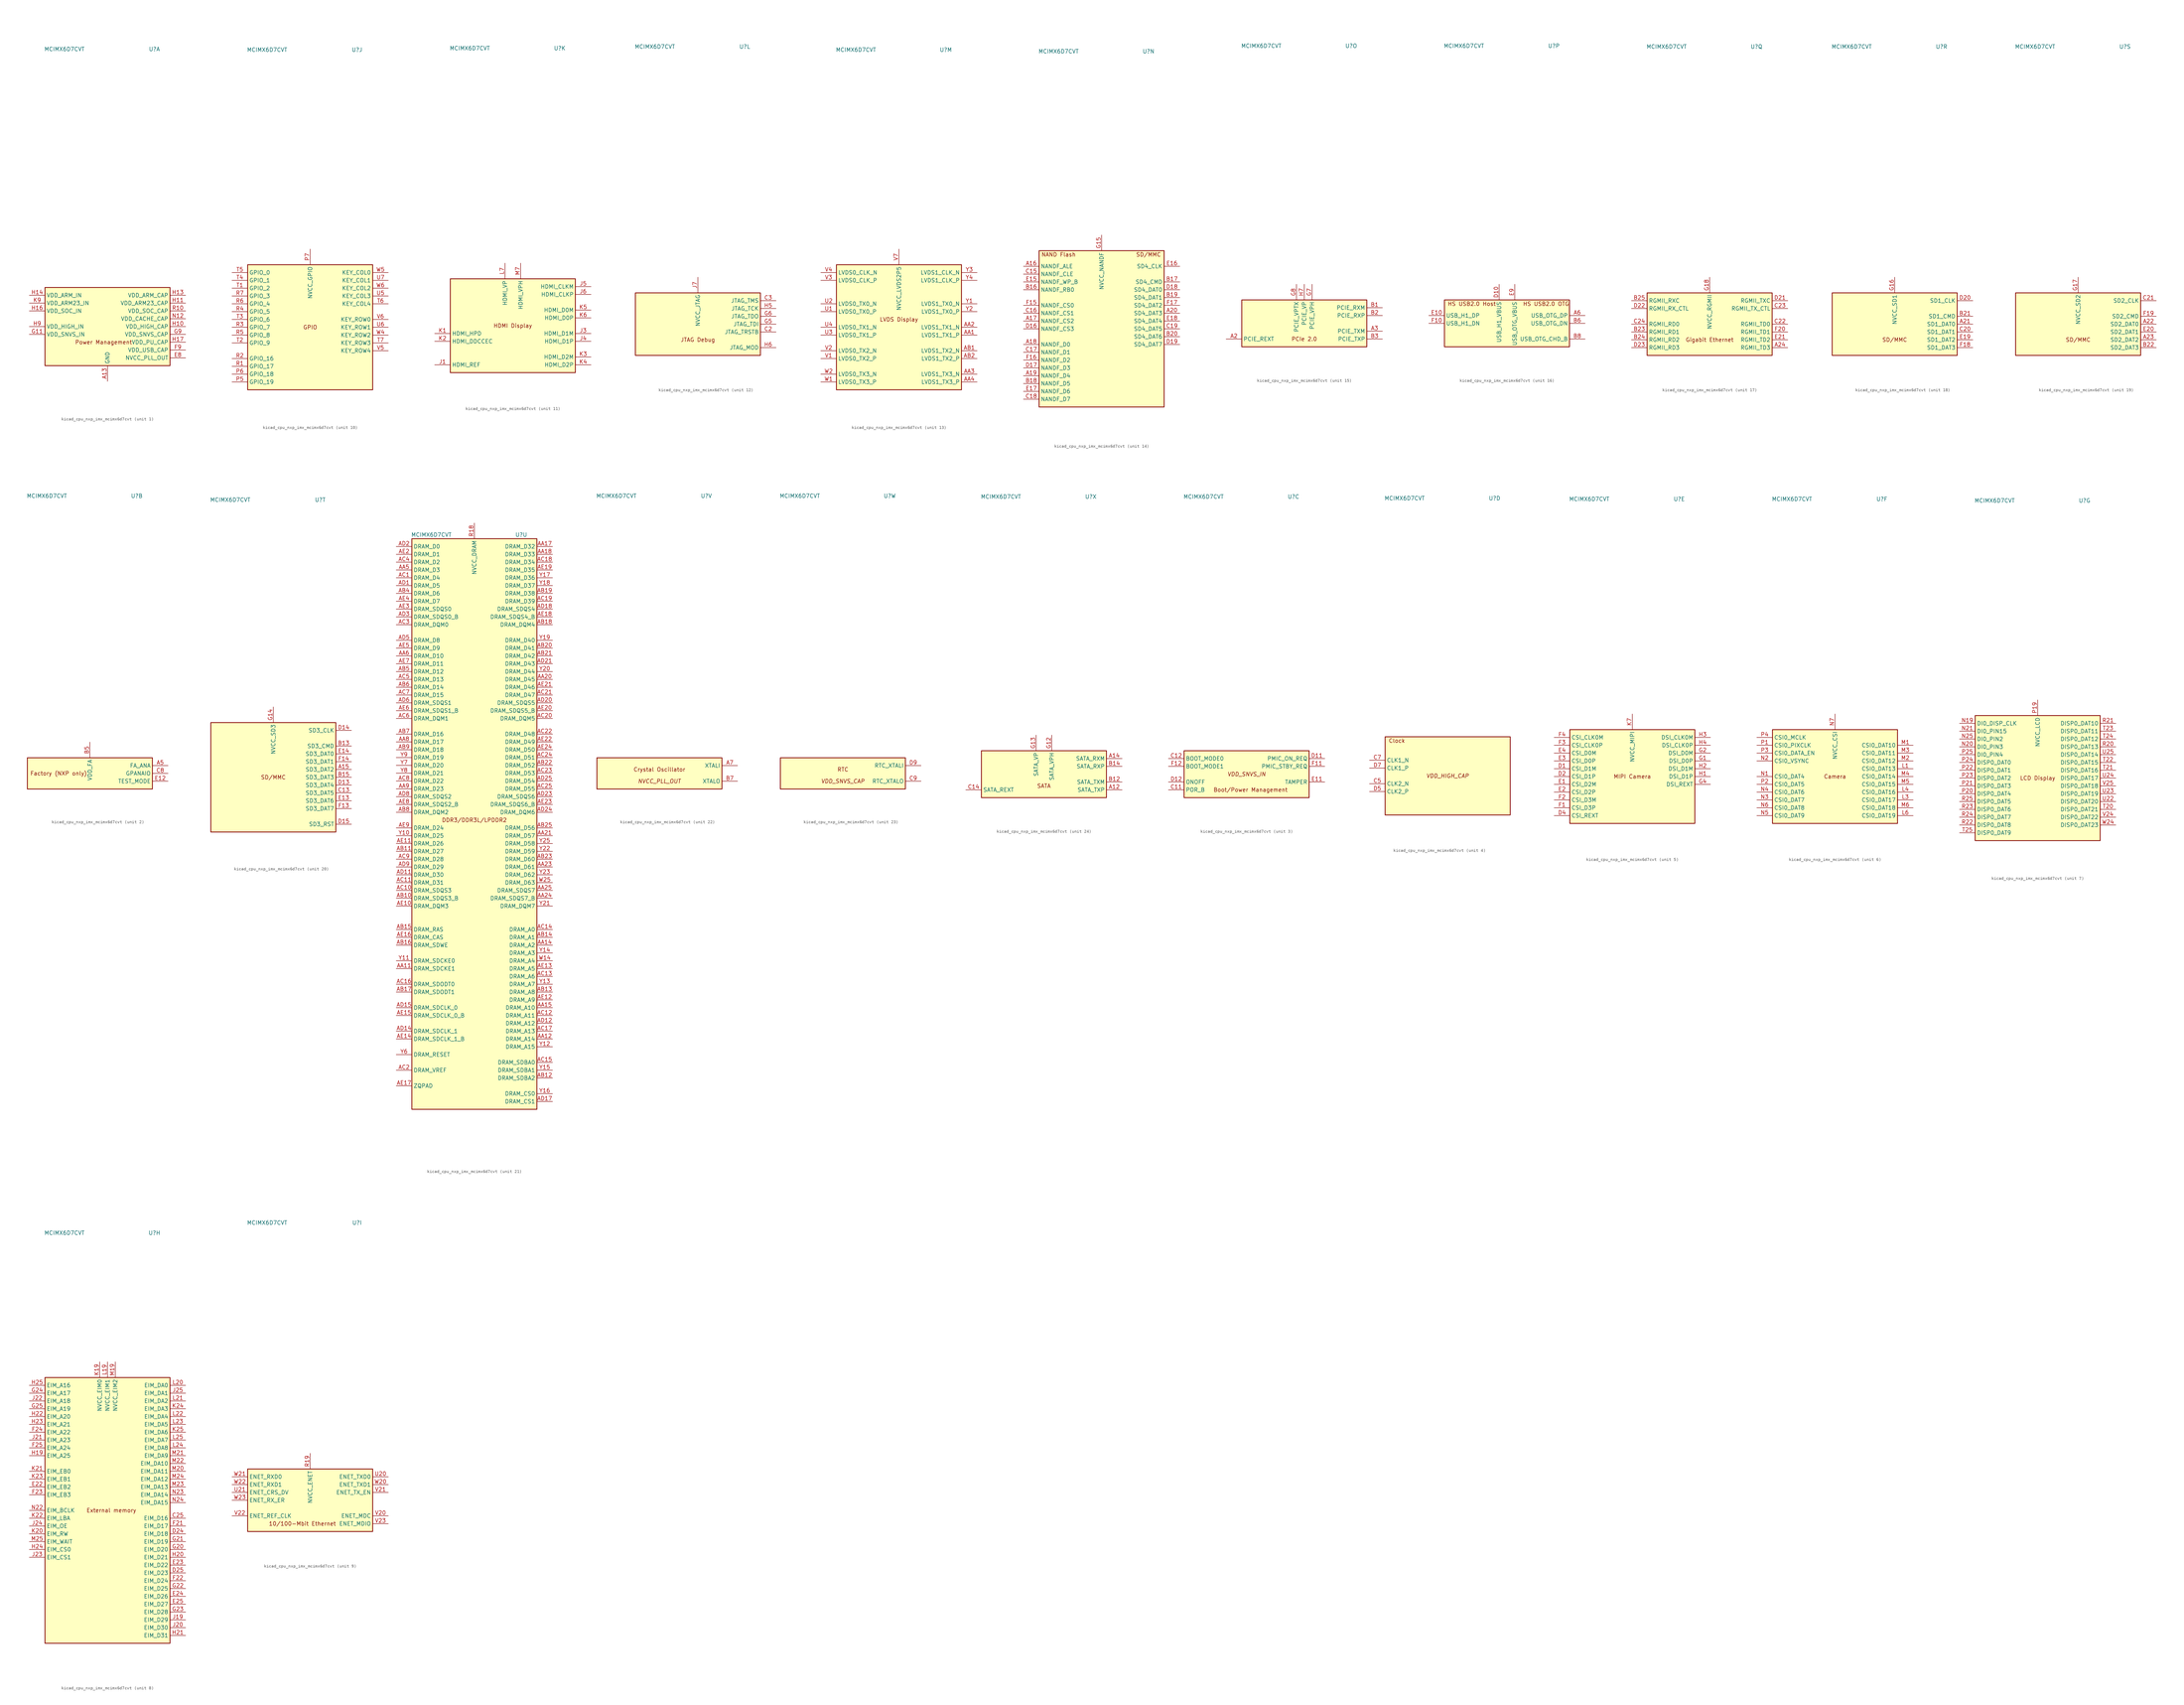
<source format=kicad_sym>
(kicad_symbol_lib
  (version 20220914)
  (generator kicad_symbol_editor)
  (symbol "kicad_cpu_nxp_imx_mcimx6d7cvt"
    (property "Reference" "U"
      (at 15.24 90.17 0)
      (effects (font (size 1.27 1.27))))
    (property "Value" "MCIMX6D7CVT"
      (at -13.97 90.17 0)
      (effects (font (size 1.27 1.27))))
    (property "ki_locked" ""
      (at 0 0 0)
      (effects (font (size 1.27 1.27))))
    (symbol "kicad_cpu_nxp_imx_mcimx6d7cvt_1_0"
      (text "Power Management" (at -1.27 -5.08 0) (effects (font (size 1.27 1.27)))))
    (symbol "kicad_cpu_nxp_imx_mcimx6d7cvt_1_1"
      (rectangle (start -20.32 12.7) (end 20.32 -12.7) (stroke (width 0.254) (type default)) (fill (type background)))
      (pin power_in line (at 0 -17.78 90) (length 5.08) (name "GND" (effects (font (size 1.27 1.27)))) (number "A13" (effects (font (size 1.27 1.27)))))
      (pin passive line (at 0 -17.78 90) (length 5.08) hide (name "GND" (effects (font (size 1.27 1.27)))) (number "A25" (effects (font (size 1.27 1.27)))))
      (pin passive line (at 0 -17.78 90) (length 5.08) hide (name "GND" (effects (font (size 1.27 1.27)))) (number "A4" (effects (font (size 1.27 1.27)))))
      (pin passive line (at 0 -17.78 90) (length 5.08) hide (name "GND" (effects (font (size 1.27 1.27)))) (number "A8" (effects (font (size 1.27 1.27)))))
      (pin passive line (at 0 -17.78 90) (length 5.08) hide (name "GND" (effects (font (size 1.27 1.27)))) (number "AA10" (effects (font (size 1.27 1.27)))))
      (pin passive line (at 0 -17.78 90) (length 5.08) hide (name "GND" (effects (font (size 1.27 1.27)))) (number "AA13" (effects (font (size 1.27 1.27)))))
      (pin passive line (at 0 -17.78 90) (length 5.08) hide (name "GND" (effects (font (size 1.27 1.27)))) (number "AA16" (effects (font (size 1.27 1.27)))))
      (pin passive line (at 0 -17.78 90) (length 5.08) hide (name "GND" (effects (font (size 1.27 1.27)))) (number "AA19" (effects (font (size 1.27 1.27)))))
      (pin passive line (at 0 -17.78 90) (length 5.08) hide (name "GND" (effects (font (size 1.27 1.27)))) (number "AA22" (effects (font (size 1.27 1.27)))))
      (pin passive line (at 0 -17.78 90) (length 5.08) hide (name "GND" (effects (font (size 1.27 1.27)))) (number "AA7" (effects (font (size 1.27 1.27)))))
      (pin passive line (at 0 -17.78 90) (length 5.08) hide (name "GND" (effects (font (size 1.27 1.27)))) (number "AB24" (effects (font (size 1.27 1.27)))))
      (pin passive line (at 0 -17.78 90) (length 5.08) hide (name "GND" (effects (font (size 1.27 1.27)))) (number "AB3" (effects (font (size 1.27 1.27)))))
      (pin passive line (at 0 -17.78 90) (length 5.08) hide (name "GND" (effects (font (size 1.27 1.27)))) (number "AD10" (effects (font (size 1.27 1.27)))))
      (pin passive line (at 0 -17.78 90) (length 5.08) hide (name "GND" (effects (font (size 1.27 1.27)))) (number "AD13" (effects (font (size 1.27 1.27)))))
      (pin passive line (at 0 -17.78 90) (length 5.08) hide (name "GND" (effects (font (size 1.27 1.27)))) (number "AD16" (effects (font (size 1.27 1.27)))))
      (pin passive line (at 0 -17.78 90) (length 5.08) hide (name "GND" (effects (font (size 1.27 1.27)))) (number "AD19" (effects (font (size 1.27 1.27)))))
      (pin passive line (at 0 -17.78 90) (length 5.08) hide (name "GND" (effects (font (size 1.27 1.27)))) (number "AD22" (effects (font (size 1.27 1.27)))))
      (pin passive line (at 0 -17.78 90) (length 5.08) hide (name "GND" (effects (font (size 1.27 1.27)))) (number "AD4" (effects (font (size 1.27 1.27)))))
      (pin passive line (at 0 -17.78 90) (length 5.08) hide (name "GND" (effects (font (size 1.27 1.27)))) (number "AD7" (effects (font (size 1.27 1.27)))))
      (pin passive line (at 0 -17.78 90) (length 5.08) hide (name "GND" (effects (font (size 1.27 1.27)))) (number "AE1" (effects (font (size 1.27 1.27)))))
      (pin passive line (at 0 -17.78 90) (length 5.08) hide (name "GND" (effects (font (size 1.27 1.27)))) (number "AE25" (effects (font (size 1.27 1.27)))))
      (pin passive line (at 0 -17.78 90) (length 5.08) hide (name "GND" (effects (font (size 1.27 1.27)))) (number "B4" (effects (font (size 1.27 1.27)))))
      (pin passive line (at 0 -17.78 90) (length 5.08) hide (name "GND" (effects (font (size 1.27 1.27)))) (number "C1" (effects (font (size 1.27 1.27)))))
      (pin passive line (at 0 -17.78 90) (length 5.08) hide (name "GND" (effects (font (size 1.27 1.27)))) (number "C10" (effects (font (size 1.27 1.27)))))
      (pin passive line (at 0 -17.78 90) (length 5.08) hide (name "GND" (effects (font (size 1.27 1.27)))) (number "C4" (effects (font (size 1.27 1.27)))))
      (pin passive line (at 0 -17.78 90) (length 5.08) hide (name "GND" (effects (font (size 1.27 1.27)))) (number "C6" (effects (font (size 1.27 1.27)))))
      (pin passive line (at 0 -17.78 90) (length 5.08) hide (name "GND" (effects (font (size 1.27 1.27)))) (number "D3" (effects (font (size 1.27 1.27)))))
      (pin passive line (at 0 -17.78 90) (length 5.08) hide (name "GND" (effects (font (size 1.27 1.27)))) (number "D6" (effects (font (size 1.27 1.27)))))
      (pin passive line (at 0 -17.78 90) (length 5.08) hide (name "GND" (effects (font (size 1.27 1.27)))) (number "D8" (effects (font (size 1.27 1.27)))))
      (pin passive line (at 0 -17.78 90) (length 5.08) hide (name "GND" (effects (font (size 1.27 1.27)))) (number "E5" (effects (font (size 1.27 1.27)))))
      (pin passive line (at 0 -17.78 90) (length 5.08) hide (name "GND" (effects (font (size 1.27 1.27)))) (number "E6" (effects (font (size 1.27 1.27)))))
      (pin passive line (at 0 -17.78 90) (length 5.08) hide (name "GND" (effects (font (size 1.27 1.27)))) (number "E7" (effects (font (size 1.27 1.27)))))
      (pin power_out line (at 25.4 -10.16 180) (length 5.08) (name "NVCC_PLL_OUT" (effects (font (size 1.27 1.27)))) (number "E8" (effects (font (size 1.27 1.27)))))
      (pin passive line (at 0 -17.78 90) (length 5.08) hide (name "GND" (effects (font (size 1.27 1.27)))) (number "F5" (effects (font (size 1.27 1.27)))))
      (pin passive line (at 0 -17.78 90) (length 5.08) hide (name "GND" (effects (font (size 1.27 1.27)))) (number "F6" (effects (font (size 1.27 1.27)))))
      (pin passive line (at 0 -17.78 90) (length 5.08) hide (name "GND" (effects (font (size 1.27 1.27)))) (number "F7" (effects (font (size 1.27 1.27)))))
      (pin passive line (at 0 -17.78 90) (length 5.08) hide (name "GND" (effects (font (size 1.27 1.27)))) (number "F8" (effects (font (size 1.27 1.27)))))
      (pin power_out line (at 25.4 -7.62 180) (length 5.08) (name "VDD_USB_CAP" (effects (font (size 1.27 1.27)))) (number "F9" (effects (font (size 1.27 1.27)))))
      (pin passive line (at 0 -17.78 90) (length 5.08) hide (name "GND" (effects (font (size 1.27 1.27)))) (number "G10" (effects (font (size 1.27 1.27)))))
      (pin power_in line (at -25.4 -2.54 0) (length 5.08) (name "VDD_SNVS_IN" (effects (font (size 1.27 1.27)))) (number "G11" (effects (font (size 1.27 1.27)))))
      (pin passive line (at 0 -17.78 90) (length 5.08) hide (name "GND" (effects (font (size 1.27 1.27)))) (number "G19" (effects (font (size 1.27 1.27)))))
      (pin passive line (at 0 -17.78 90) (length 5.08) hide (name "GND" (effects (font (size 1.27 1.27)))) (number "G3" (effects (font (size 1.27 1.27)))))
      (pin power_out line (at 25.4 -2.54 180) (length 5.08) (name "VDD_SNVS_CAP" (effects (font (size 1.27 1.27)))) (number "G9" (effects (font (size 1.27 1.27)))))
      (pin power_out line (at 25.4 0 180) (length 5.08) (name "VDD_HIGH_CAP" (effects (font (size 1.27 1.27)))) (number "H10" (effects (font (size 1.27 1.27)))))
      (pin power_out line (at 25.4 7.62 180) (length 5.08) (name "VDD_ARM23_CAP" (effects (font (size 1.27 1.27)))) (number "H11" (effects (font (size 1.27 1.27)))))
      (pin passive line (at 0 -17.78 90) (length 5.08) hide (name "GND" (effects (font (size 1.27 1.27)))) (number "H12" (effects (font (size 1.27 1.27)))))
      (pin power_out line (at 25.4 10.16 180) (length 5.08) (name "VDD_ARM_CAP" (effects (font (size 1.27 1.27)))) (number "H13" (effects (font (size 1.27 1.27)))))
      (pin power_in line (at -25.4 10.16 0) (length 5.08) (name "VDD_ARM_IN" (effects (font (size 1.27 1.27)))) (number "H14" (effects (font (size 1.27 1.27)))))
      (pin passive line (at 0 -17.78 90) (length 5.08) hide (name "GND" (effects (font (size 1.27 1.27)))) (number "H15" (effects (font (size 1.27 1.27)))))
      (pin power_in line (at -25.4 5.08 0) (length 5.08) (name "VDD_SOC_IN" (effects (font (size 1.27 1.27)))) (number "H16" (effects (font (size 1.27 1.27)))))
      (pin power_out line (at 25.4 -5.08 180) (length 5.08) (name "VDD_PU_CAP" (effects (font (size 1.27 1.27)))) (number "H17" (effects (font (size 1.27 1.27)))))
      (pin passive line (at 0 -17.78 90) (length 5.08) hide (name "GND" (effects (font (size 1.27 1.27)))) (number "H18" (effects (font (size 1.27 1.27)))))
      (pin passive line (at 0 -17.78 90) (length 5.08) hide (name "GND" (effects (font (size 1.27 1.27)))) (number "H8" (effects (font (size 1.27 1.27)))))
      (pin power_in line (at -25.4 0 0) (length 5.08) (name "VDD_HIGH_IN" (effects (font (size 1.27 1.27)))) (number "H9" (effects (font (size 1.27 1.27)))))
      (pin passive line (at 25.4 0 180) (length 5.08) hide (name "VDD_HIGH_CAP" (effects (font (size 1.27 1.27)))) (number "J10" (effects (font (size 1.27 1.27)))))
      (pin passive line (at 25.4 7.62 180) (length 5.08) hide (name "VDD_ARM23_CAP" (effects (font (size 1.27 1.27)))) (number "J11" (effects (font (size 1.27 1.27)))))
      (pin passive line (at 0 -17.78 90) (length 5.08) hide (name "GND" (effects (font (size 1.27 1.27)))) (number "J12" (effects (font (size 1.27 1.27)))))
      (pin passive line (at 25.4 10.16 180) (length 5.08) hide (name "VDD_ARM_CAP" (effects (font (size 1.27 1.27)))) (number "J13" (effects (font (size 1.27 1.27)))))
      (pin passive line (at -25.4 10.16 0) (length 5.08) hide (name "VDD_ARM_IN" (effects (font (size 1.27 1.27)))) (number "J14" (effects (font (size 1.27 1.27)))))
      (pin passive line (at 0 -17.78 90) (length 5.08) hide (name "GND" (effects (font (size 1.27 1.27)))) (number "J15" (effects (font (size 1.27 1.27)))))
      (pin passive line (at -25.4 5.08 0) (length 5.08) hide (name "VDD_SOC_IN" (effects (font (size 1.27 1.27)))) (number "J16" (effects (font (size 1.27 1.27)))))
      (pin passive line (at 25.4 -5.08 180) (length 5.08) hide (name "VDD_PU_CAP" (effects (font (size 1.27 1.27)))) (number "J17" (effects (font (size 1.27 1.27)))))
      (pin passive line (at 0 -17.78 90) (length 5.08) hide (name "GND" (effects (font (size 1.27 1.27)))) (number "J18" (effects (font (size 1.27 1.27)))))
      (pin passive line (at 0 -17.78 90) (length 5.08) hide (name "GND" (effects (font (size 1.27 1.27)))) (number "J2" (effects (font (size 1.27 1.27)))))
      (pin passive line (at 0 -17.78 90) (length 5.08) hide (name "GND" (effects (font (size 1.27 1.27)))) (number "J8" (effects (font (size 1.27 1.27)))))
      (pin passive line (at -25.4 0 0) (length 5.08) hide (name "VDD_HIGH_IN" (effects (font (size 1.27 1.27)))) (number "J9" (effects (font (size 1.27 1.27)))))
      (pin passive line (at 0 -17.78 90) (length 5.08) hide (name "GND" (effects (font (size 1.27 1.27)))) (number "K10" (effects (font (size 1.27 1.27)))))
      (pin passive line (at 25.4 7.62 180) (length 5.08) hide (name "VDD_ARM23_CAP" (effects (font (size 1.27 1.27)))) (number "K11" (effects (font (size 1.27 1.27)))))
      (pin passive line (at 0 -17.78 90) (length 5.08) hide (name "GND" (effects (font (size 1.27 1.27)))) (number "K12" (effects (font (size 1.27 1.27)))))
      (pin passive line (at 25.4 10.16 180) (length 5.08) hide (name "VDD_ARM_CAP" (effects (font (size 1.27 1.27)))) (number "K13" (effects (font (size 1.27 1.27)))))
      (pin passive line (at -25.4 10.16 0) (length 5.08) hide (name "VDD_ARM_IN" (effects (font (size 1.27 1.27)))) (number "K14" (effects (font (size 1.27 1.27)))))
      (pin passive line (at 0 -17.78 90) (length 5.08) hide (name "GND" (effects (font (size 1.27 1.27)))) (number "K15" (effects (font (size 1.27 1.27)))))
      (pin passive line (at -25.4 5.08 0) (length 5.08) hide (name "VDD_SOC_IN" (effects (font (size 1.27 1.27)))) (number "K16" (effects (font (size 1.27 1.27)))))
      (pin passive line (at 25.4 -5.08 180) (length 5.08) hide (name "VDD_PU_CAP" (effects (font (size 1.27 1.27)))) (number "K17" (effects (font (size 1.27 1.27)))))
      (pin passive line (at 0 -17.78 90) (length 5.08) hide (name "GND" (effects (font (size 1.27 1.27)))) (number "K18" (effects (font (size 1.27 1.27)))))
      (pin passive line (at 0 -17.78 90) (length 5.08) hide (name "GND" (effects (font (size 1.27 1.27)))) (number "K8" (effects (font (size 1.27 1.27)))))
      (pin power_in line (at -25.4 7.62 0) (length 5.08) (name "VDD_ARM23_IN" (effects (font (size 1.27 1.27)))) (number "K9" (effects (font (size 1.27 1.27)))))
      (pin passive line (at 0 -17.78 90) (length 5.08) hide (name "GND" (effects (font (size 1.27 1.27)))) (number "L10" (effects (font (size 1.27 1.27)))))
      (pin passive line (at 25.4 7.62 180) (length 5.08) hide (name "VDD_ARM23_CAP" (effects (font (size 1.27 1.27)))) (number "L11" (effects (font (size 1.27 1.27)))))
      (pin passive line (at 0 -17.78 90) (length 5.08) hide (name "GND" (effects (font (size 1.27 1.27)))) (number "L12" (effects (font (size 1.27 1.27)))))
      (pin passive line (at 25.4 10.16 180) (length 5.08) hide (name "VDD_ARM_CAP" (effects (font (size 1.27 1.27)))) (number "L13" (effects (font (size 1.27 1.27)))))
      (pin passive line (at -25.4 10.16 0) (length 5.08) hide (name "VDD_ARM_IN" (effects (font (size 1.27 1.27)))) (number "L14" (effects (font (size 1.27 1.27)))))
      (pin passive line (at 0 -17.78 90) (length 5.08) hide (name "GND" (effects (font (size 1.27 1.27)))) (number "L15" (effects (font (size 1.27 1.27)))))
      (pin passive line (at -25.4 5.08 0) (length 5.08) hide (name "VDD_SOC_IN" (effects (font (size 1.27 1.27)))) (number "L16" (effects (font (size 1.27 1.27)))))
      (pin passive line (at 25.4 -5.08 180) (length 5.08) hide (name "VDD_PU_CAP" (effects (font (size 1.27 1.27)))) (number "L17" (effects (font (size 1.27 1.27)))))
      (pin passive line (at 0 -17.78 90) (length 5.08) hide (name "GND" (effects (font (size 1.27 1.27)))) (number "L18" (effects (font (size 1.27 1.27)))))
      (pin passive line (at 0 -17.78 90) (length 5.08) hide (name "GND" (effects (font (size 1.27 1.27)))) (number "L2" (effects (font (size 1.27 1.27)))))
      (pin passive line (at 0 -17.78 90) (length 5.08) hide (name "GND" (effects (font (size 1.27 1.27)))) (number "L5" (effects (font (size 1.27 1.27)))))
      (pin passive line (at 0 -17.78 90) (length 5.08) hide (name "GND" (effects (font (size 1.27 1.27)))) (number "L8" (effects (font (size 1.27 1.27)))))
      (pin passive line (at -25.4 7.62 0) (length 5.08) hide (name "VDD_ARM23_IN" (effects (font (size 1.27 1.27)))) (number "L9" (effects (font (size 1.27 1.27)))))
      (pin passive line (at 0 -17.78 90) (length 5.08) hide (name "GND" (effects (font (size 1.27 1.27)))) (number "M10" (effects (font (size 1.27 1.27)))))
      (pin passive line (at 25.4 7.62 180) (length 5.08) hide (name "VDD_ARM23_CAP" (effects (font (size 1.27 1.27)))) (number "M11" (effects (font (size 1.27 1.27)))))
      (pin passive line (at 0 -17.78 90) (length 5.08) hide (name "GND" (effects (font (size 1.27 1.27)))) (number "M12" (effects (font (size 1.27 1.27)))))
      (pin passive line (at 25.4 10.16 180) (length 5.08) hide (name "VDD_ARM_CAP" (effects (font (size 1.27 1.27)))) (number "M13" (effects (font (size 1.27 1.27)))))
      (pin passive line (at -25.4 10.16 0) (length 5.08) hide (name "VDD_ARM_IN" (effects (font (size 1.27 1.27)))) (number "M14" (effects (font (size 1.27 1.27)))))
      (pin passive line (at 0 -17.78 90) (length 5.08) hide (name "GND" (effects (font (size 1.27 1.27)))) (number "M15" (effects (font (size 1.27 1.27)))))
      (pin passive line (at -25.4 5.08 0) (length 5.08) hide (name "VDD_SOC_IN" (effects (font (size 1.27 1.27)))) (number "M16" (effects (font (size 1.27 1.27)))))
      (pin passive line (at 25.4 -5.08 180) (length 5.08) hide (name "VDD_PU_CAP" (effects (font (size 1.27 1.27)))) (number "M17" (effects (font (size 1.27 1.27)))))
      (pin passive line (at 0 -17.78 90) (length 5.08) hide (name "GND" (effects (font (size 1.27 1.27)))) (number "M18" (effects (font (size 1.27 1.27)))))
      (pin passive line (at 0 -17.78 90) (length 5.08) hide (name "GND" (effects (font (size 1.27 1.27)))) (number "M8" (effects (font (size 1.27 1.27)))))
      (pin passive line (at -25.4 7.62 0) (length 5.08) hide (name "VDD_ARM23_IN" (effects (font (size 1.27 1.27)))) (number "M9" (effects (font (size 1.27 1.27)))))
      (pin passive line (at 0 -17.78 90) (length 5.08) hide (name "GND" (effects (font (size 1.27 1.27)))) (number "N10" (effects (font (size 1.27 1.27)))))
      (pin passive line (at 25.4 7.62 180) (length 5.08) hide (name "VDD_ARM23_CAP" (effects (font (size 1.27 1.27)))) (number "N11" (effects (font (size 1.27 1.27)))))
      (pin power_in line (at 25.4 2.54 180) (length 5.08) (name "VDD_CACHE_CAP" (effects (font (size 1.27 1.27)))) (number "N12" (effects (font (size 1.27 1.27)))))
      (pin passive line (at 25.4 10.16 180) (length 5.08) hide (name "VDD_ARM_CAP" (effects (font (size 1.27 1.27)))) (number "N13" (effects (font (size 1.27 1.27)))))
      (pin passive line (at -25.4 10.16 0) (length 5.08) hide (name "VDD_ARM_IN" (effects (font (size 1.27 1.27)))) (number "N14" (effects (font (size 1.27 1.27)))))
      (pin passive line (at 0 -17.78 90) (length 5.08) hide (name "GND" (effects (font (size 1.27 1.27)))) (number "N15" (effects (font (size 1.27 1.27)))))
      (pin passive line (at -25.4 5.08 0) (length 5.08) hide (name "VDD_SOC_IN" (effects (font (size 1.27 1.27)))) (number "N16" (effects (font (size 1.27 1.27)))))
      (pin passive line (at 25.4 -5.08 180) (length 5.08) hide (name "VDD_PU_CAP" (effects (font (size 1.27 1.27)))) (number "N17" (effects (font (size 1.27 1.27)))))
      (pin passive line (at 0 -17.78 90) (length 5.08) hide (name "GND" (effects (font (size 1.27 1.27)))) (number "N18" (effects (font (size 1.27 1.27)))))
      (pin passive line (at 0 -17.78 90) (length 5.08) hide (name "GND" (effects (font (size 1.27 1.27)))) (number "N8" (effects (font (size 1.27 1.27)))))
      (pin passive line (at -25.4 7.62 0) (length 5.08) hide (name "VDD_ARM23_IN" (effects (font (size 1.27 1.27)))) (number "N9" (effects (font (size 1.27 1.27)))))
      (pin passive line (at 0 -17.78 90) (length 5.08) hide (name "GND" (effects (font (size 1.27 1.27)))) (number "P10" (effects (font (size 1.27 1.27)))))
      (pin passive line (at 25.4 7.62 180) (length 5.08) hide (name "VDD_ARM23_CAP" (effects (font (size 1.27 1.27)))) (number "P11" (effects (font (size 1.27 1.27)))))
      (pin passive line (at 0 -17.78 90) (length 5.08) hide (name "GND" (effects (font (size 1.27 1.27)))) (number "P12" (effects (font (size 1.27 1.27)))))
      (pin passive line (at 25.4 10.16 180) (length 5.08) hide (name "VDD_ARM_CAP" (effects (font (size 1.27 1.27)))) (number "P13" (effects (font (size 1.27 1.27)))))
      (pin passive line (at -25.4 10.16 0) (length 5.08) hide (name "VDD_ARM_IN" (effects (font (size 1.27 1.27)))) (number "P14" (effects (font (size 1.27 1.27)))))
      (pin passive line (at 0 -17.78 90) (length 5.08) hide (name "GND" (effects (font (size 1.27 1.27)))) (number "P15" (effects (font (size 1.27 1.27)))))
      (pin passive line (at -25.4 5.08 0) (length 5.08) hide (name "VDD_SOC_IN" (effects (font (size 1.27 1.27)))) (number "P16" (effects (font (size 1.27 1.27)))))
      (pin passive line (at 25.4 -5.08 180) (length 5.08) hide (name "VDD_PU_CAP" (effects (font (size 1.27 1.27)))) (number "P17" (effects (font (size 1.27 1.27)))))
      (pin passive line (at 0 -17.78 90) (length 5.08) hide (name "GND" (effects (font (size 1.27 1.27)))) (number "P18" (effects (font (size 1.27 1.27)))))
      (pin passive line (at 0 -17.78 90) (length 5.08) hide (name "GND" (effects (font (size 1.27 1.27)))) (number "P8" (effects (font (size 1.27 1.27)))))
      (pin passive line (at -25.4 7.62 0) (length 5.08) hide (name "VDD_ARM23_IN" (effects (font (size 1.27 1.27)))) (number "P9" (effects (font (size 1.27 1.27)))))
      (pin power_out line (at 25.4 5.08 180) (length 5.08) (name "VDD_SOC_CAP" (effects (font (size 1.27 1.27)))) (number "R10" (effects (font (size 1.27 1.27)))))
      (pin passive line (at 25.4 7.62 180) (length 5.08) hide (name "VDD_ARM23_CAP" (effects (font (size 1.27 1.27)))) (number "R11" (effects (font (size 1.27 1.27)))))
      (pin passive line (at 0 -17.78 90) (length 5.08) hide (name "GND" (effects (font (size 1.27 1.27)))) (number "R12" (effects (font (size 1.27 1.27)))))
      (pin passive line (at 25.4 10.16 180) (length 5.08) hide (name "VDD_ARM_CAP" (effects (font (size 1.27 1.27)))) (number "R13" (effects (font (size 1.27 1.27)))))
      (pin passive line (at -25.4 10.16 0) (length 5.08) hide (name "VDD_ARM_IN" (effects (font (size 1.27 1.27)))) (number "R14" (effects (font (size 1.27 1.27)))))
      (pin passive line (at 0 -17.78 90) (length 5.08) hide (name "GND" (effects (font (size 1.27 1.27)))) (number "R15" (effects (font (size 1.27 1.27)))))
      (pin passive line (at -25.4 5.08 0) (length 5.08) hide (name "VDD_SOC_IN" (effects (font (size 1.27 1.27)))) (number "R16" (effects (font (size 1.27 1.27)))))
      (pin passive line (at 0 -17.78 90) (length 5.08) hide (name "GND" (effects (font (size 1.27 1.27)))) (number "R17" (effects (font (size 1.27 1.27)))))
      (pin passive line (at 0 -17.78 90) (length 5.08) hide (name "GND" (effects (font (size 1.27 1.27)))) (number "R8" (effects (font (size 1.27 1.27)))))
      (pin passive line (at -25.4 7.62 0) (length 5.08) hide (name "VDD_ARM23_IN" (effects (font (size 1.27 1.27)))) (number "R9" (effects (font (size 1.27 1.27)))))
      (pin passive line (at 25.4 5.08 180) (length 5.08) hide (name "VDD_SOC_CAP" (effects (font (size 1.27 1.27)))) (number "T10" (effects (font (size 1.27 1.27)))))
      (pin passive line (at 0 -17.78 90) (length 5.08) hide (name "GND" (effects (font (size 1.27 1.27)))) (number "T11" (effects (font (size 1.27 1.27)))))
      (pin passive line (at 0 -17.78 90) (length 5.08) hide (name "GND" (effects (font (size 1.27 1.27)))) (number "T12" (effects (font (size 1.27 1.27)))))
      (pin passive line (at 25.4 5.08 180) (length 5.08) hide (name "VDD_SOC_CAP" (effects (font (size 1.27 1.27)))) (number "T13" (effects (font (size 1.27 1.27)))))
      (pin passive line (at 25.4 5.08 180) (length 5.08) hide (name "VDD_SOC_CAP" (effects (font (size 1.27 1.27)))) (number "T14" (effects (font (size 1.27 1.27)))))
      (pin passive line (at 0 -17.78 90) (length 5.08) hide (name "GND" (effects (font (size 1.27 1.27)))) (number "T15" (effects (font (size 1.27 1.27)))))
      (pin passive line (at -25.4 5.08 0) (length 5.08) hide (name "VDD_SOC_IN" (effects (font (size 1.27 1.27)))) (number "T16" (effects (font (size 1.27 1.27)))))
      (pin passive line (at 0 -17.78 90) (length 5.08) hide (name "GND" (effects (font (size 1.27 1.27)))) (number "T17" (effects (font (size 1.27 1.27)))))
      (pin passive line (at 0 -17.78 90) (length 5.08) hide (name "GND" (effects (font (size 1.27 1.27)))) (number "T19" (effects (font (size 1.27 1.27)))))
      (pin passive line (at 0 -17.78 90) (length 5.08) hide (name "GND" (effects (font (size 1.27 1.27)))) (number "T8" (effects (font (size 1.27 1.27)))))
      (pin passive line (at -25.4 7.62 0) (length 5.08) hide (name "VDD_ARM23_IN" (effects (font (size 1.27 1.27)))) (number "T9" (effects (font (size 1.27 1.27)))))
      (pin passive line (at 25.4 5.08 180) (length 5.08) hide (name "VDD_SOC_CAP" (effects (font (size 1.27 1.27)))) (number "U10" (effects (font (size 1.27 1.27)))))
      (pin passive line (at 0 -17.78 90) (length 5.08) hide (name "GND" (effects (font (size 1.27 1.27)))) (number "U11" (effects (font (size 1.27 1.27)))))
      (pin passive line (at 0 -17.78 90) (length 5.08) hide (name "GND" (effects (font (size 1.27 1.27)))) (number "U12" (effects (font (size 1.27 1.27)))))
      (pin passive line (at 25.4 5.08 180) (length 5.08) hide (name "VDD_SOC_CAP" (effects (font (size 1.27 1.27)))) (number "U13" (effects (font (size 1.27 1.27)))))
      (pin passive line (at 25.4 5.08 180) (length 5.08) hide (name "VDD_SOC_CAP" (effects (font (size 1.27 1.27)))) (number "U14" (effects (font (size 1.27 1.27)))))
      (pin passive line (at 0 -17.78 90) (length 5.08) hide (name "GND" (effects (font (size 1.27 1.27)))) (number "U15" (effects (font (size 1.27 1.27)))))
      (pin passive line (at -25.4 5.08 0) (length 5.08) hide (name "VDD_SOC_IN" (effects (font (size 1.27 1.27)))) (number "U16" (effects (font (size 1.27 1.27)))))
      (pin passive line (at 0 -17.78 90) (length 5.08) hide (name "GND" (effects (font (size 1.27 1.27)))) (number "U17" (effects (font (size 1.27 1.27)))))
      (pin passive line (at 0 -17.78 90) (length 5.08) hide (name "GND" (effects (font (size 1.27 1.27)))) (number "U19" (effects (font (size 1.27 1.27)))))
      (pin passive line (at 0 -17.78 90) (length 5.08) hide (name "GND" (effects (font (size 1.27 1.27)))) (number "U8" (effects (font (size 1.27 1.27)))))
      (pin passive line (at -25.4 7.62 0) (length 5.08) hide (name "VDD_ARM23_IN" (effects (font (size 1.27 1.27)))) (number "U9" (effects (font (size 1.27 1.27)))))
      (pin passive line (at 0 -17.78 90) (length 5.08) hide (name "GND" (effects (font (size 1.27 1.27)))) (number "V19" (effects (font (size 1.27 1.27)))))
      (pin passive line (at 0 -17.78 90) (length 5.08) hide (name "GND" (effects (font (size 1.27 1.27)))) (number "V8" (effects (font (size 1.27 1.27)))))
      (pin passive line (at 0 -17.78 90) (length 5.08) hide (name "GND" (effects (font (size 1.27 1.27)))) (number "W10" (effects (font (size 1.27 1.27)))))
      (pin passive line (at 0 -17.78 90) (length 5.08) hide (name "GND" (effects (font (size 1.27 1.27)))) (number "W11" (effects (font (size 1.27 1.27)))))
      (pin passive line (at 0 -17.78 90) (length 5.08) hide (name "GND" (effects (font (size 1.27 1.27)))) (number "W12" (effects (font (size 1.27 1.27)))))
      (pin passive line (at 0 -17.78 90) (length 5.08) hide (name "GND" (effects (font (size 1.27 1.27)))) (number "W13" (effects (font (size 1.27 1.27)))))
      (pin passive line (at 0 -17.78 90) (length 5.08) hide (name "GND" (effects (font (size 1.27 1.27)))) (number "W15" (effects (font (size 1.27 1.27)))))
      (pin passive line (at 0 -17.78 90) (length 5.08) hide (name "GND" (effects (font (size 1.27 1.27)))) (number "W16" (effects (font (size 1.27 1.27)))))
      (pin passive line (at 0 -17.78 90) (length 5.08) hide (name "GND" (effects (font (size 1.27 1.27)))) (number "W17" (effects (font (size 1.27 1.27)))))
      (pin passive line (at 0 -17.78 90) (length 5.08) hide (name "GND" (effects (font (size 1.27 1.27)))) (number "W18" (effects (font (size 1.27 1.27)))))
      (pin passive line (at 0 -17.78 90) (length 5.08) hide (name "GND" (effects (font (size 1.27 1.27)))) (number "W19" (effects (font (size 1.27 1.27)))))
      (pin passive line (at 0 -17.78 90) (length 5.08) hide (name "GND" (effects (font (size 1.27 1.27)))) (number "W3" (effects (font (size 1.27 1.27)))))
      (pin passive line (at 0 -17.78 90) (length 5.08) hide (name "GND" (effects (font (size 1.27 1.27)))) (number "W7" (effects (font (size 1.27 1.27)))))
      (pin passive line (at 0 -17.78 90) (length 5.08) hide (name "GND" (effects (font (size 1.27 1.27)))) (number "W8" (effects (font (size 1.27 1.27)))))
      (pin passive line (at 0 -17.78 90) (length 5.08) hide (name "GND" (effects (font (size 1.27 1.27)))) (number "W9" (effects (font (size 1.27 1.27)))))
      (pin passive line (at 0 -17.78 90) (length 5.08) hide (name "GND" (effects (font (size 1.27 1.27)))) (number "Y24" (effects (font (size 1.27 1.27)))))
      (pin passive line (at 0 -17.78 90) (length 5.08) hide (name "GND" (effects (font (size 1.27 1.27)))) (number "Y5" (effects (font (size 1.27 1.27))))))
    (symbol "kicad_cpu_nxp_imx_mcimx6d7cvt_2_0"
      (text "Factory (NXP only)" (at -10.16 0 0) (effects (font (size 1.27 1.27)))))
    (symbol "kicad_cpu_nxp_imx_mcimx6d7cvt_2_1"
      (rectangle (start -20.32 5.08) (end 20.32 -5.08) (stroke (width 0.254) (type default)) (fill (type background)))
      (pin passive line (at 25.4 2.54 180) (length 5.08) (name "FA_ANA" (effects (font (size 1.27 1.27)))) (number "A5" (effects (font (size 1.27 1.27)))))
      (pin passive line (at 0 10.16 270) (length 5.08) (name "VDD_FA" (effects (font (size 1.27 1.27)))) (number "B5" (effects (font (size 1.27 1.27)))))
      (pin passive line (at 25.4 0 180) (length 5.08) (name "GPANAIO" (effects (font (size 1.27 1.27)))) (number "C8" (effects (font (size 1.27 1.27)))))
      (pin passive line (at 25.4 -2.54 180) (length 5.08) (name "TEST_MODE" (effects (font (size 1.27 1.27)))) (number "E12" (effects (font (size 1.27 1.27))))))
    (symbol "kicad_cpu_nxp_imx_mcimx6d7cvt_3_0"
      (text "Boot/Power Management" (at 1.27 -5.08 0) (effects (font (size 1.27 1.27)))))
    (symbol "kicad_cpu_nxp_imx_mcimx6d7cvt_3_1"
      (rectangle (start -20.32 7.62) (end 20.32 -7.62) (stroke (width 0.254) (type default)) (fill (type background)))
      (text "VDD_SNVS_IN" (at 0 0 0) (effects (font (size 1.27 1.27) italic)))
      (pin input line (at -25.4 -5.08 0) (length 5.08) (name "POR_B" (effects (font (size 1.27 1.27)))) (number "C11" (effects (font (size 1.27 1.27)))))
      (pin input line (at -25.4 5.08 0) (length 5.08) (name "BOOT_MODE0" (effects (font (size 1.27 1.27)))) (number "C12" (effects (font (size 1.27 1.27)))))
      (pin output line (at 25.4 5.08 180) (length 5.08) (name "PMIC_ON_REQ" (effects (font (size 1.27 1.27)))) (number "D11" (effects (font (size 1.27 1.27)))))
      (pin input line (at -25.4 -2.54 0) (length 5.08) (name "ONOFF" (effects (font (size 1.27 1.27)))) (number "D12" (effects (font (size 1.27 1.27)))))
      (pin input line (at 25.4 -2.54 180) (length 5.08) (name "TAMPER" (effects (font (size 1.27 1.27)))) (number "E11" (effects (font (size 1.27 1.27)))))
      (pin output line (at 25.4 2.54 180) (length 5.08) (name "PMIC_STBY_REQ" (effects (font (size 1.27 1.27)))) (number "F11" (effects (font (size 1.27 1.27)))))
      (pin input line (at -25.4 2.54 0) (length 5.08) (name "BOOT_MODE1" (effects (font (size 1.27 1.27)))) (number "F12" (effects (font (size 1.27 1.27))))))
    (symbol "kicad_cpu_nxp_imx_mcimx6d7cvt_4_0"
      (text "Clock" (at -16.51 11.43 0) (effects (font (size 1.27 1.27)))))
    (symbol "kicad_cpu_nxp_imx_mcimx6d7cvt_4_1"
      (rectangle (start -20.32 12.7) (end 20.32 -12.7) (stroke (width 0.254) (type default)) (fill (type background)))
      (text "VDD_HIGH_CAP" (at 0 0 0) (effects (font (size 1.27 1.27) italic)))
      (pin no_connect line (at 17.78 -2.54 180) (length 5.08) hide (name "NC" (effects (font (size 1.27 1.27)))) (number "A10" (effects (font (size 1.27 1.27)))))
      (pin no_connect line (at 17.78 7.62 180) (length 5.08) hide (name "NC" (effects (font (size 1.27 1.27)))) (number "A11" (effects (font (size 1.27 1.27)))))
      (pin no_connect line (at 17.78 -7.62 180) (length 5.08) hide (name "NC" (effects (font (size 1.27 1.27)))) (number "A9" (effects (font (size 1.27 1.27)))))
      (pin no_connect line (at 17.78 0 180) (length 5.08) hide (name "NC" (effects (font (size 1.27 1.27)))) (number "B10" (effects (font (size 1.27 1.27)))))
      (pin no_connect line (at 17.78 5.08 180) (length 5.08) hide (name "NC" (effects (font (size 1.27 1.27)))) (number "B11" (effects (font (size 1.27 1.27)))))
      (pin no_connect line (at 17.78 -10.16 180) (length 5.08) hide (name "NC" (effects (font (size 1.27 1.27)))) (number "B9" (effects (font (size 1.27 1.27)))))
      (pin bidirectional line (at -25.4 -2.54 0) (length 5.08) (name "CLK2_N" (effects (font (size 1.27 1.27)))) (number "C5" (effects (font (size 1.27 1.27)))))
      (pin bidirectional line (at -25.4 5.08 0) (length 5.08) (name "CLK1_N" (effects (font (size 1.27 1.27)))) (number "C7" (effects (font (size 1.27 1.27)))))
      (pin bidirectional line (at -25.4 -5.08 0) (length 5.08) (name "CLK2_P" (effects (font (size 1.27 1.27)))) (number "D5" (effects (font (size 1.27 1.27)))))
      (pin bidirectional line (at -25.4 2.54 0) (length 5.08) (name "CLK1_P" (effects (font (size 1.27 1.27)))) (number "D7" (effects (font (size 1.27 1.27))))))
    (symbol "kicad_cpu_nxp_imx_mcimx6d7cvt_5_0"
      (text "MIPI Camera" (at 0 0 0) (effects (font (size 1.27 1.27)))))
    (symbol "kicad_cpu_nxp_imx_mcimx6d7cvt_5_1"
      (rectangle (start -20.32 15.24) (end 20.32 -15.24) (stroke (width 0.254) (type default)) (fill (type background)))
      (pin input line (at -25.4 2.54 0) (length 5.08) (name "CSI_D1M" (effects (font (size 1.27 1.27)))) (number "D1" (effects (font (size 1.27 1.27)))))
      (pin input line (at -25.4 0 0) (length 5.08) (name "CSI_D1P" (effects (font (size 1.27 1.27)))) (number "D2" (effects (font (size 1.27 1.27)))))
      (pin passive line (at -25.4 -12.7 0) (length 5.08) (name "CSI_REXT" (effects (font (size 1.27 1.27)))) (number "D4" (effects (font (size 1.27 1.27)))))
      (pin input line (at -25.4 -2.54 0) (length 5.08) (name "CSI_D2M" (effects (font (size 1.27 1.27)))) (number "E1" (effects (font (size 1.27 1.27)))))
      (pin input line (at -25.4 -5.08 0) (length 5.08) (name "CSI_D2P" (effects (font (size 1.27 1.27)))) (number "E2" (effects (font (size 1.27 1.27)))))
      (pin input line (at -25.4 5.08 0) (length 5.08) (name "CSI_D0P" (effects (font (size 1.27 1.27)))) (number "E3" (effects (font (size 1.27 1.27)))))
      (pin input line (at -25.4 7.62 0) (length 5.08) (name "CSI_D0M" (effects (font (size 1.27 1.27)))) (number "E4" (effects (font (size 1.27 1.27)))))
      (pin input line (at -25.4 -10.16 0) (length 5.08) (name "CSI_D3P" (effects (font (size 1.27 1.27)))) (number "F1" (effects (font (size 1.27 1.27)))))
      (pin input line (at -25.4 -7.62 0) (length 5.08) (name "CSI_D3M" (effects (font (size 1.27 1.27)))) (number "F2" (effects (font (size 1.27 1.27)))))
      (pin input line (at -25.4 10.16 0) (length 5.08) (name "CSI_CLK0P" (effects (font (size 1.27 1.27)))) (number "F3" (effects (font (size 1.27 1.27)))))
      (pin input line (at -25.4 12.7 0) (length 5.08) (name "CSI_CLK0M" (effects (font (size 1.27 1.27)))) (number "F4" (effects (font (size 1.27 1.27)))))
      (pin output line (at 25.4 5.08 180) (length 5.08) (name "DSI_D0P" (effects (font (size 1.27 1.27)))) (number "G1" (effects (font (size 1.27 1.27)))))
      (pin output line (at 25.4 7.62 180) (length 5.08) (name "DSI_D0M" (effects (font (size 1.27 1.27)))) (number "G2" (effects (font (size 1.27 1.27)))))
      (pin passive line (at 25.4 -2.54 180) (length 5.08) (name "DSI_REXT" (effects (font (size 1.27 1.27)))) (number "G4" (effects (font (size 1.27 1.27)))))
      (pin output line (at 25.4 0 180) (length 5.08) (name "DSI_D1P" (effects (font (size 1.27 1.27)))) (number "H1" (effects (font (size 1.27 1.27)))))
      (pin output line (at 25.4 2.54 180) (length 5.08) (name "DSI_D1M" (effects (font (size 1.27 1.27)))) (number "H2" (effects (font (size 1.27 1.27)))))
      (pin output line (at 25.4 12.7 180) (length 5.08) (name "DSI_CLK0M" (effects (font (size 1.27 1.27)))) (number "H3" (effects (font (size 1.27 1.27)))))
      (pin output line (at 25.4 10.16 180) (length 5.08) (name "DSI_CLK0P" (effects (font (size 1.27 1.27)))) (number "H4" (effects (font (size 1.27 1.27)))))
      (pin power_in line (at 0 20.32 270) (length 5.08) (name "NVCC_MIPI" (effects (font (size 1.27 1.27)))) (number "K7" (effects (font (size 1.27 1.27))))))
    (symbol "kicad_cpu_nxp_imx_mcimx6d7cvt_6_0"
      (text "Camera" (at 0 0 0) (effects (font (size 1.27 1.27)))))
    (symbol "kicad_cpu_nxp_imx_mcimx6d7cvt_6_1"
      (rectangle (start -20.32 15.24) (end 20.32 -15.24) (stroke (width 0.254) (type default)) (fill (type background)))
      (pin bidirectional line (at 25.4 2.54 180) (length 5.08) (name "CSI0_DAT13" (effects (font (size 1.27 1.27)))) (number "L1" (effects (font (size 1.27 1.27)))))
      (pin bidirectional line (at 25.4 -7.62 180) (length 5.08) (name "CSI0_DAT17" (effects (font (size 1.27 1.27)))) (number "L3" (effects (font (size 1.27 1.27)))))
      (pin bidirectional line (at 25.4 -5.08 180) (length 5.08) (name "CSI0_DAT16" (effects (font (size 1.27 1.27)))) (number "L4" (effects (font (size 1.27 1.27)))))
      (pin bidirectional line (at 25.4 -12.7 180) (length 5.08) (name "CSI0_DAT19" (effects (font (size 1.27 1.27)))) (number "L6" (effects (font (size 1.27 1.27)))))
      (pin bidirectional line (at 25.4 10.16 180) (length 5.08) (name "CSI0_DAT10" (effects (font (size 1.27 1.27)))) (number "M1" (effects (font (size 1.27 1.27)))))
      (pin bidirectional line (at 25.4 5.08 180) (length 5.08) (name "CSI0_DAT12" (effects (font (size 1.27 1.27)))) (number "M2" (effects (font (size 1.27 1.27)))))
      (pin bidirectional line (at 25.4 7.62 180) (length 5.08) (name "CSI0_DAT11" (effects (font (size 1.27 1.27)))) (number "M3" (effects (font (size 1.27 1.27)))))
      (pin bidirectional line (at 25.4 0 180) (length 5.08) (name "CSI0_DAT14" (effects (font (size 1.27 1.27)))) (number "M4" (effects (font (size 1.27 1.27)))))
      (pin bidirectional line (at 25.4 -2.54 180) (length 5.08) (name "CSI0_DAT15" (effects (font (size 1.27 1.27)))) (number "M5" (effects (font (size 1.27 1.27)))))
      (pin bidirectional line (at 25.4 -10.16 180) (length 5.08) (name "CSI0_DAT18" (effects (font (size 1.27 1.27)))) (number "M6" (effects (font (size 1.27 1.27)))))
      (pin bidirectional line (at -25.4 0 0) (length 5.08) (name "CSI0_DAT4" (effects (font (size 1.27 1.27)))) (number "N1" (effects (font (size 1.27 1.27)))))
      (pin bidirectional line (at -25.4 5.08 0) (length 5.08) (name "CSI0_VSYNC" (effects (font (size 1.27 1.27)))) (number "N2" (effects (font (size 1.27 1.27)))))
      (pin bidirectional line (at -25.4 -7.62 0) (length 5.08) (name "CSI0_DAT7" (effects (font (size 1.27 1.27)))) (number "N3" (effects (font (size 1.27 1.27)))))
      (pin bidirectional line (at -25.4 -5.08 0) (length 5.08) (name "CSI0_DAT6" (effects (font (size 1.27 1.27)))) (number "N4" (effects (font (size 1.27 1.27)))))
      (pin bidirectional line (at -25.4 -12.7 0) (length 5.08) (name "CSI0_DAT9" (effects (font (size 1.27 1.27)))) (number "N5" (effects (font (size 1.27 1.27)))))
      (pin bidirectional line (at -25.4 -10.16 0) (length 5.08) (name "CSI0_DAT8" (effects (font (size 1.27 1.27)))) (number "N6" (effects (font (size 1.27 1.27)))))
      (pin power_in line (at 0 20.32 270) (length 5.08) (name "NVCC_CSI" (effects (font (size 1.27 1.27)))) (number "N7" (effects (font (size 1.27 1.27)))))
      (pin bidirectional line (at -25.4 10.16 0) (length 5.08) (name "CSI0_PIXCLK" (effects (font (size 1.27 1.27)))) (number "P1" (effects (font (size 1.27 1.27)))))
      (pin bidirectional line (at -25.4 -2.54 0) (length 5.08) (name "CSI0_DAT5" (effects (font (size 1.27 1.27)))) (number "P2" (effects (font (size 1.27 1.27)))))
      (pin bidirectional line (at -25.4 7.62 0) (length 5.08) (name "CSI0_DATA_EN" (effects (font (size 1.27 1.27)))) (number "P3" (effects (font (size 1.27 1.27)))))
      (pin bidirectional line (at -25.4 12.7 0) (length 5.08) (name "CSI0_MCLK" (effects (font (size 1.27 1.27)))) (number "P4" (effects (font (size 1.27 1.27))))))
    (symbol "kicad_cpu_nxp_imx_mcimx6d7cvt_7_0"
      (text "LCD Display" (at 0 0 0) (effects (font (size 1.27 1.27)))))
    (symbol "kicad_cpu_nxp_imx_mcimx6d7cvt_7_1"
      (rectangle (start -20.32 20.32) (end 20.32 -20.32) (stroke (width 0.254) (type default)) (fill (type background)))
      (pin bidirectional line (at -25.4 17.78 0) (length 5.08) (name "DI0_DISP_CLK" (effects (font (size 1.27 1.27)))) (number "N19" (effects (font (size 1.27 1.27)))))
      (pin bidirectional line (at -25.4 10.16 0) (length 5.08) (name "DI0_PIN3" (effects (font (size 1.27 1.27)))) (number "N20" (effects (font (size 1.27 1.27)))))
      (pin bidirectional line (at -25.4 15.24 0) (length 5.08) (name "DI0_PIN15" (effects (font (size 1.27 1.27)))) (number "N21" (effects (font (size 1.27 1.27)))))
      (pin bidirectional line (at -25.4 12.7 0) (length 5.08) (name "DI0_PIN2" (effects (font (size 1.27 1.27)))) (number "N25" (effects (font (size 1.27 1.27)))))
      (pin power_in line (at 0 25.4 270) (length 5.08) (name "NVCC_LCD" (effects (font (size 1.27 1.27)))) (number "P19" (effects (font (size 1.27 1.27)))))
      (pin bidirectional line (at -25.4 -5.08 0) (length 5.08) (name "DISP0_DAT4" (effects (font (size 1.27 1.27)))) (number "P20" (effects (font (size 1.27 1.27)))))
      (pin bidirectional line (at -25.4 -2.54 0) (length 5.08) (name "DISP0_DAT3" (effects (font (size 1.27 1.27)))) (number "P21" (effects (font (size 1.27 1.27)))))
      (pin bidirectional line (at -25.4 2.54 0) (length 5.08) (name "DISP0_DAT1" (effects (font (size 1.27 1.27)))) (number "P22" (effects (font (size 1.27 1.27)))))
      (pin bidirectional line (at -25.4 0 0) (length 5.08) (name "DISP0_DAT2" (effects (font (size 1.27 1.27)))) (number "P23" (effects (font (size 1.27 1.27)))))
      (pin bidirectional line (at -25.4 5.08 0) (length 5.08) (name "DISP0_DAT0" (effects (font (size 1.27 1.27)))) (number "P24" (effects (font (size 1.27 1.27)))))
      (pin bidirectional line (at -25.4 7.62 0) (length 5.08) (name "DI0_PIN4" (effects (font (size 1.27 1.27)))) (number "P25" (effects (font (size 1.27 1.27)))))
      (pin bidirectional line (at 25.4 10.16 180) (length 5.08) (name "DISP0_DAT13" (effects (font (size 1.27 1.27)))) (number "R20" (effects (font (size 1.27 1.27)))))
      (pin bidirectional line (at 25.4 17.78 180) (length 5.08) (name "DISP0_DAT10" (effects (font (size 1.27 1.27)))) (number "R21" (effects (font (size 1.27 1.27)))))
      (pin bidirectional line (at -25.4 -15.24 0) (length 5.08) (name "DISP0_DAT8" (effects (font (size 1.27 1.27)))) (number "R22" (effects (font (size 1.27 1.27)))))
      (pin bidirectional line (at -25.4 -10.16 0) (length 5.08) (name "DISP0_DAT6" (effects (font (size 1.27 1.27)))) (number "R23" (effects (font (size 1.27 1.27)))))
      (pin bidirectional line (at -25.4 -12.7 0) (length 5.08) (name "DISP0_DAT7" (effects (font (size 1.27 1.27)))) (number "R24" (effects (font (size 1.27 1.27)))))
      (pin bidirectional line (at -25.4 -7.62 0) (length 5.08) (name "DISP0_DAT5" (effects (font (size 1.27 1.27)))) (number "R25" (effects (font (size 1.27 1.27)))))
      (pin bidirectional line (at 25.4 -10.16 180) (length 5.08) (name "DISP0_DAT21" (effects (font (size 1.27 1.27)))) (number "T20" (effects (font (size 1.27 1.27)))))
      (pin bidirectional line (at 25.4 2.54 180) (length 5.08) (name "DISP0_DAT16" (effects (font (size 1.27 1.27)))) (number "T21" (effects (font (size 1.27 1.27)))))
      (pin bidirectional line (at 25.4 5.08 180) (length 5.08) (name "DISP0_DAT15" (effects (font (size 1.27 1.27)))) (number "T22" (effects (font (size 1.27 1.27)))))
      (pin bidirectional line (at 25.4 15.24 180) (length 5.08) (name "DISP0_DAT11" (effects (font (size 1.27 1.27)))) (number "T23" (effects (font (size 1.27 1.27)))))
      (pin bidirectional line (at 25.4 12.7 180) (length 5.08) (name "DISP0_DAT12" (effects (font (size 1.27 1.27)))) (number "T24" (effects (font (size 1.27 1.27)))))
      (pin bidirectional line (at -25.4 -17.78 0) (length 5.08) (name "DISP0_DAT9" (effects (font (size 1.27 1.27)))) (number "T25" (effects (font (size 1.27 1.27)))))
      (pin bidirectional line (at 25.4 -7.62 180) (length 5.08) (name "DISP0_DAT20" (effects (font (size 1.27 1.27)))) (number "U22" (effects (font (size 1.27 1.27)))))
      (pin bidirectional line (at 25.4 -5.08 180) (length 5.08) (name "DISP0_DAT19" (effects (font (size 1.27 1.27)))) (number "U23" (effects (font (size 1.27 1.27)))))
      (pin bidirectional line (at 25.4 0 180) (length 5.08) (name "DISP0_DAT17" (effects (font (size 1.27 1.27)))) (number "U24" (effects (font (size 1.27 1.27)))))
      (pin bidirectional line (at 25.4 7.62 180) (length 5.08) (name "DISP0_DAT14" (effects (font (size 1.27 1.27)))) (number "U25" (effects (font (size 1.27 1.27)))))
      (pin bidirectional line (at 25.4 -12.7 180) (length 5.08) (name "DISP0_DAT22" (effects (font (size 1.27 1.27)))) (number "V24" (effects (font (size 1.27 1.27)))))
      (pin bidirectional line (at 25.4 -2.54 180) (length 5.08) (name "DISP0_DAT18" (effects (font (size 1.27 1.27)))) (number "V25" (effects (font (size 1.27 1.27)))))
      (pin bidirectional line (at 25.4 -15.24 180) (length 5.08) (name "DISP0_DAT23" (effects (font (size 1.27 1.27)))) (number "W24" (effects (font (size 1.27 1.27))))))
    (symbol "kicad_cpu_nxp_imx_mcimx6d7cvt_8_0"
      (text "External memory" (at 1.27 0 0) (effects (font (size 1.27 1.27)))))
    (symbol "kicad_cpu_nxp_imx_mcimx6d7cvt_8_1"
      (rectangle (start -20.32 43.18) (end 20.32 -43.18) (stroke (width 0.254) (type default)) (fill (type background)))
      (pin bidirectional line (at 25.4 -2.54 180) (length 5.08) (name "EIM_D16" (effects (font (size 1.27 1.27)))) (number "C25" (effects (font (size 1.27 1.27)))))
      (pin bidirectional line (at 25.4 -7.62 180) (length 5.08) (name "EIM_D18" (effects (font (size 1.27 1.27)))) (number "D24" (effects (font (size 1.27 1.27)))))
      (pin bidirectional line (at 25.4 -20.32 180) (length 5.08) (name "EIM_D23" (effects (font (size 1.27 1.27)))) (number "D25" (effects (font (size 1.27 1.27)))))
      (pin bidirectional line (at -25.4 7.62 0) (length 5.08) (name "EIM_EB2" (effects (font (size 1.27 1.27)))) (number "E22" (effects (font (size 1.27 1.27)))))
      (pin bidirectional line (at 25.4 -17.78 180) (length 5.08) (name "EIM_D22" (effects (font (size 1.27 1.27)))) (number "E23" (effects (font (size 1.27 1.27)))))
      (pin bidirectional line (at 25.4 -27.94 180) (length 5.08) (name "EIM_D26" (effects (font (size 1.27 1.27)))) (number "E24" (effects (font (size 1.27 1.27)))))
      (pin bidirectional line (at 25.4 -30.48 180) (length 5.08) (name "EIM_D27" (effects (font (size 1.27 1.27)))) (number "E25" (effects (font (size 1.27 1.27)))))
      (pin bidirectional line (at 25.4 -5.08 180) (length 5.08) (name "EIM_D17" (effects (font (size 1.27 1.27)))) (number "F21" (effects (font (size 1.27 1.27)))))
      (pin bidirectional line (at 25.4 -22.86 180) (length 5.08) (name "EIM_D24" (effects (font (size 1.27 1.27)))) (number "F22" (effects (font (size 1.27 1.27)))))
      (pin bidirectional line (at -25.4 5.08 0) (length 5.08) (name "EIM_EB3" (effects (font (size 1.27 1.27)))) (number "F23" (effects (font (size 1.27 1.27)))))
      (pin bidirectional line (at -25.4 25.4 0) (length 5.08) (name "EIM_A22" (effects (font (size 1.27 1.27)))) (number "F24" (effects (font (size 1.27 1.27)))))
      (pin bidirectional line (at -25.4 20.32 0) (length 5.08) (name "EIM_A24" (effects (font (size 1.27 1.27)))) (number "F25" (effects (font (size 1.27 1.27)))))
      (pin bidirectional line (at 25.4 -12.7 180) (length 5.08) (name "EIM_D20" (effects (font (size 1.27 1.27)))) (number "G20" (effects (font (size 1.27 1.27)))))
      (pin bidirectional line (at 25.4 -10.16 180) (length 5.08) (name "EIM_D19" (effects (font (size 1.27 1.27)))) (number "G21" (effects (font (size 1.27 1.27)))))
      (pin bidirectional line (at 25.4 -25.4 180) (length 5.08) (name "EIM_D25" (effects (font (size 1.27 1.27)))) (number "G22" (effects (font (size 1.27 1.27)))))
      (pin bidirectional line (at 25.4 -33.02 180) (length 5.08) (name "EIM_D28" (effects (font (size 1.27 1.27)))) (number "G23" (effects (font (size 1.27 1.27)))))
      (pin bidirectional line (at -25.4 38.1 0) (length 5.08) (name "EIM_A17" (effects (font (size 1.27 1.27)))) (number "G24" (effects (font (size 1.27 1.27)))))
      (pin bidirectional line (at -25.4 33.02 0) (length 5.08) (name "EIM_A19" (effects (font (size 1.27 1.27)))) (number "G25" (effects (font (size 1.27 1.27)))))
      (pin bidirectional line (at -25.4 17.78 0) (length 5.08) (name "EIM_A25" (effects (font (size 1.27 1.27)))) (number "H19" (effects (font (size 1.27 1.27)))))
      (pin bidirectional line (at 25.4 -15.24 180) (length 5.08) (name "EIM_D21" (effects (font (size 1.27 1.27)))) (number "H20" (effects (font (size 1.27 1.27)))))
      (pin bidirectional line (at 25.4 -40.64 180) (length 5.08) (name "EIM_D31" (effects (font (size 1.27 1.27)))) (number "H21" (effects (font (size 1.27 1.27)))))
      (pin bidirectional line (at -25.4 30.48 0) (length 5.08) (name "EIM_A20" (effects (font (size 1.27 1.27)))) (number "H22" (effects (font (size 1.27 1.27)))))
      (pin bidirectional line (at -25.4 27.94 0) (length 5.08) (name "EIM_A21" (effects (font (size 1.27 1.27)))) (number "H23" (effects (font (size 1.27 1.27)))))
      (pin bidirectional line (at -25.4 -12.7 0) (length 5.08) (name "EIM_CS0" (effects (font (size 1.27 1.27)))) (number "H24" (effects (font (size 1.27 1.27)))))
      (pin bidirectional line (at -25.4 40.64 0) (length 5.08) (name "EIM_A16" (effects (font (size 1.27 1.27)))) (number "H25" (effects (font (size 1.27 1.27)))))
      (pin bidirectional line (at 25.4 -35.56 180) (length 5.08) (name "EIM_D29" (effects (font (size 1.27 1.27)))) (number "J19" (effects (font (size 1.27 1.27)))))
      (pin bidirectional line (at 25.4 -38.1 180) (length 5.08) (name "EIM_D30" (effects (font (size 1.27 1.27)))) (number "J20" (effects (font (size 1.27 1.27)))))
      (pin bidirectional line (at -25.4 22.86 0) (length 5.08) (name "EIM_A23" (effects (font (size 1.27 1.27)))) (number "J21" (effects (font (size 1.27 1.27)))))
      (pin bidirectional line (at -25.4 35.56 0) (length 5.08) (name "EIM_A18" (effects (font (size 1.27 1.27)))) (number "J22" (effects (font (size 1.27 1.27)))))
      (pin bidirectional line (at -25.4 -15.24 0) (length 5.08) (name "EIM_CS1" (effects (font (size 1.27 1.27)))) (number "J23" (effects (font (size 1.27 1.27)))))
      (pin bidirectional line (at -25.4 -5.08 0) (length 5.08) (name "EIM_OE" (effects (font (size 1.27 1.27)))) (number "J24" (effects (font (size 1.27 1.27)))))
      (pin bidirectional line (at 25.4 38.1 180) (length 5.08) (name "EIM_DA1" (effects (font (size 1.27 1.27)))) (number "J25" (effects (font (size 1.27 1.27)))))
      (pin power_in line (at -2.54 48.26 270) (length 5.08) (name "NVCC_EIM0" (effects (font (size 1.27 1.27)))) (number "K19" (effects (font (size 1.27 1.27)))))
      (pin bidirectional line (at -25.4 -7.62 0) (length 5.08) (name "EIM_RW" (effects (font (size 1.27 1.27)))) (number "K20" (effects (font (size 1.27 1.27)))))
      (pin bidirectional line (at -25.4 12.7 0) (length 5.08) (name "EIM_EB0" (effects (font (size 1.27 1.27)))) (number "K21" (effects (font (size 1.27 1.27)))))
      (pin bidirectional line (at -25.4 -2.54 0) (length 5.08) (name "EIM_LBA" (effects (font (size 1.27 1.27)))) (number "K22" (effects (font (size 1.27 1.27)))))
      (pin bidirectional line (at -25.4 10.16 0) (length 5.08) (name "EIM_EB1" (effects (font (size 1.27 1.27)))) (number "K23" (effects (font (size 1.27 1.27)))))
      (pin bidirectional line (at 25.4 33.02 180) (length 5.08) (name "EIM_DA3" (effects (font (size 1.27 1.27)))) (number "K24" (effects (font (size 1.27 1.27)))))
      (pin bidirectional line (at 25.4 25.4 180) (length 5.08) (name "EIM_DA6" (effects (font (size 1.27 1.27)))) (number "K25" (effects (font (size 1.27 1.27)))))
      (pin power_in line (at 0 48.26 270) (length 5.08) (name "NVCC_EIM1" (effects (font (size 1.27 1.27)))) (number "L19" (effects (font (size 1.27 1.27)))))
      (pin bidirectional line (at 25.4 40.64 180) (length 5.08) (name "EIM_DA0" (effects (font (size 1.27 1.27)))) (number "L20" (effects (font (size 1.27 1.27)))))
      (pin bidirectional line (at 25.4 35.56 180) (length 5.08) (name "EIM_DA2" (effects (font (size 1.27 1.27)))) (number "L21" (effects (font (size 1.27 1.27)))))
      (pin bidirectional line (at 25.4 30.48 180) (length 5.08) (name "EIM_DA4" (effects (font (size 1.27 1.27)))) (number "L22" (effects (font (size 1.27 1.27)))))
      (pin bidirectional line (at 25.4 27.94 180) (length 5.08) (name "EIM_DA5" (effects (font (size 1.27 1.27)))) (number "L23" (effects (font (size 1.27 1.27)))))
      (pin bidirectional line (at 25.4 20.32 180) (length 5.08) (name "EIM_DA8" (effects (font (size 1.27 1.27)))) (number "L24" (effects (font (size 1.27 1.27)))))
      (pin bidirectional line (at 25.4 22.86 180) (length 5.08) (name "EIM_DA7" (effects (font (size 1.27 1.27)))) (number "L25" (effects (font (size 1.27 1.27)))))
      (pin power_in line (at 2.54 48.26 270) (length 5.08) (name "NVCC_EIM2" (effects (font (size 1.27 1.27)))) (number "M19" (effects (font (size 1.27 1.27)))))
      (pin bidirectional line (at 25.4 12.7 180) (length 5.08) (name "EIM_DA11" (effects (font (size 1.27 1.27)))) (number "M20" (effects (font (size 1.27 1.27)))))
      (pin bidirectional line (at 25.4 17.78 180) (length 5.08) (name "EIM_DA9" (effects (font (size 1.27 1.27)))) (number "M21" (effects (font (size 1.27 1.27)))))
      (pin bidirectional line (at 25.4 15.24 180) (length 5.08) (name "EIM_DA10" (effects (font (size 1.27 1.27)))) (number "M22" (effects (font (size 1.27 1.27)))))
      (pin bidirectional line (at 25.4 7.62 180) (length 5.08) (name "EIM_DA13" (effects (font (size 1.27 1.27)))) (number "M23" (effects (font (size 1.27 1.27)))))
      (pin bidirectional line (at 25.4 10.16 180) (length 5.08) (name "EIM_DA12" (effects (font (size 1.27 1.27)))) (number "M24" (effects (font (size 1.27 1.27)))))
      (pin bidirectional line (at -25.4 -10.16 0) (length 5.08) (name "EIM_WAIT" (effects (font (size 1.27 1.27)))) (number "M25" (effects (font (size 1.27 1.27)))))
      (pin bidirectional line (at -25.4 0 0) (length 5.08) (name "EIM_BCLK" (effects (font (size 1.27 1.27)))) (number "N22" (effects (font (size 1.27 1.27)))))
      (pin bidirectional line (at 25.4 5.08 180) (length 5.08) (name "EIM_DA14" (effects (font (size 1.27 1.27)))) (number "N23" (effects (font (size 1.27 1.27)))))
      (pin bidirectional line (at 25.4 2.54 180) (length 5.08) (name "EIM_DA15" (effects (font (size 1.27 1.27)))) (number "N24" (effects (font (size 1.27 1.27))))))
    (symbol "kicad_cpu_nxp_imx_mcimx6d7cvt_9_0"
      (text "10/100-Mbit Ethernet" (at -2.54 -7.62 0) (effects (font (size 1.27 1.27)))))
    (symbol "kicad_cpu_nxp_imx_mcimx6d7cvt_9_1"
      (rectangle (start -20.32 10.16) (end 20.32 -10.16) (stroke (width 0.254) (type default)) (fill (type background)))
      (pin power_in line (at 0 15.24 270) (length 5.08) (name "NVCC_ENET" (effects (font (size 1.27 1.27)))) (number "R19" (effects (font (size 1.27 1.27)))))
      (pin bidirectional line (at 25.4 7.62 180) (length 5.08) (name "ENET_TXD0" (effects (font (size 1.27 1.27)))) (number "U20" (effects (font (size 1.27 1.27)))))
      (pin bidirectional line (at -25.4 2.54 0) (length 5.08) (name "ENET_CRS_DV" (effects (font (size 1.27 1.27)))) (number "U21" (effects (font (size 1.27 1.27)))))
      (pin bidirectional line (at 25.4 -5.08 180) (length 5.08) (name "ENET_MDC" (effects (font (size 1.27 1.27)))) (number "V20" (effects (font (size 1.27 1.27)))))
      (pin bidirectional line (at 25.4 2.54 180) (length 5.08) (name "ENET_TX_EN" (effects (font (size 1.27 1.27)))) (number "V21" (effects (font (size 1.27 1.27)))))
      (pin bidirectional line (at -25.4 -5.08 0) (length 5.08) (name "ENET_REF_CLK" (effects (font (size 1.27 1.27)))) (number "V22" (effects (font (size 1.27 1.27)))))
      (pin bidirectional line (at 25.4 -7.62 180) (length 5.08) (name "ENET_MDIO" (effects (font (size 1.27 1.27)))) (number "V23" (effects (font (size 1.27 1.27)))))
      (pin bidirectional line (at 25.4 5.08 180) (length 5.08) (name "ENET_TXD1" (effects (font (size 1.27 1.27)))) (number "W20" (effects (font (size 1.27 1.27)))))
      (pin bidirectional line (at -25.4 7.62 0) (length 5.08) (name "ENET_RXD0" (effects (font (size 1.27 1.27)))) (number "W21" (effects (font (size 1.27 1.27)))))
      (pin bidirectional line (at -25.4 5.08 0) (length 5.08) (name "ENET_RXD1" (effects (font (size 1.27 1.27)))) (number "W22" (effects (font (size 1.27 1.27)))))
      (pin bidirectional line (at -25.4 0 0) (length 5.08) (name "ENET_RX_ER" (effects (font (size 1.27 1.27)))) (number "W23" (effects (font (size 1.27 1.27))))))
    (symbol "kicad_cpu_nxp_imx_mcimx6d7cvt_10_0"
      (text "GPIO" (at 0 0 0) (effects (font (size 1.27 1.27)))))
    (symbol "kicad_cpu_nxp_imx_mcimx6d7cvt_10_1"
      (rectangle (start -20.32 20.32) (end 20.32 -20.32) (stroke (width 0.254) (type default)) (fill (type background)))
      (pin bidirectional line (at -25.4 -17.78 0) (length 5.08) (name "GPIO_19" (effects (font (size 1.27 1.27)))) (number "P5" (effects (font (size 1.27 1.27)))))
      (pin bidirectional line (at -25.4 -15.24 0) (length 5.08) (name "GPIO_18" (effects (font (size 1.27 1.27)))) (number "P6" (effects (font (size 1.27 1.27)))))
      (pin power_in line (at 0 25.4 270) (length 5.08) (name "NVCC_GPIO" (effects (font (size 1.27 1.27)))) (number "P7" (effects (font (size 1.27 1.27)))))
      (pin bidirectional line (at -25.4 -12.7 0) (length 5.08) (name "GPIO_17" (effects (font (size 1.27 1.27)))) (number "R1" (effects (font (size 1.27 1.27)))))
      (pin bidirectional line (at -25.4 -10.16 0) (length 5.08) (name "GPIO_16" (effects (font (size 1.27 1.27)))) (number "R2" (effects (font (size 1.27 1.27)))))
      (pin bidirectional line (at -25.4 0 0) (length 5.08) (name "GPIO_7" (effects (font (size 1.27 1.27)))) (number "R3" (effects (font (size 1.27 1.27)))))
      (pin bidirectional line (at -25.4 5.08 0) (length 5.08) (name "GPIO_5" (effects (font (size 1.27 1.27)))) (number "R4" (effects (font (size 1.27 1.27)))))
      (pin bidirectional line (at -25.4 -2.54 0) (length 5.08) (name "GPIO_8" (effects (font (size 1.27 1.27)))) (number "R5" (effects (font (size 1.27 1.27)))))
      (pin bidirectional line (at -25.4 7.62 0) (length 5.08) (name "GPIO_4" (effects (font (size 1.27 1.27)))) (number "R6" (effects (font (size 1.27 1.27)))))
      (pin bidirectional line (at -25.4 10.16 0) (length 5.08) (name "GPIO_3" (effects (font (size 1.27 1.27)))) (number "R7" (effects (font (size 1.27 1.27)))))
      (pin bidirectional line (at -25.4 12.7 0) (length 5.08) (name "GPIO_2" (effects (font (size 1.27 1.27)))) (number "T1" (effects (font (size 1.27 1.27)))))
      (pin bidirectional line (at -25.4 -5.08 0) (length 5.08) (name "GPIO_9" (effects (font (size 1.27 1.27)))) (number "T2" (effects (font (size 1.27 1.27)))))
      (pin bidirectional line (at -25.4 2.54 0) (length 5.08) (name "GPIO_6" (effects (font (size 1.27 1.27)))) (number "T3" (effects (font (size 1.27 1.27)))))
      (pin bidirectional line (at -25.4 15.24 0) (length 5.08) (name "GPIO_1" (effects (font (size 1.27 1.27)))) (number "T4" (effects (font (size 1.27 1.27)))))
      (pin bidirectional line (at -25.4 17.78 0) (length 5.08) (name "GPIO_0" (effects (font (size 1.27 1.27)))) (number "T5" (effects (font (size 1.27 1.27)))))
      (pin bidirectional line (at 25.4 7.62 180) (length 5.08) (name "KEY_COL4" (effects (font (size 1.27 1.27)))) (number "T6" (effects (font (size 1.27 1.27)))))
      (pin bidirectional line (at 25.4 -5.08 180) (length 5.08) (name "KEY_ROW3" (effects (font (size 1.27 1.27)))) (number "T7" (effects (font (size 1.27 1.27)))))
      (pin bidirectional line (at 25.4 10.16 180) (length 5.08) (name "KEY_COL3" (effects (font (size 1.27 1.27)))) (number "U5" (effects (font (size 1.27 1.27)))))
      (pin bidirectional line (at 25.4 0 180) (length 5.08) (name "KEY_ROW1" (effects (font (size 1.27 1.27)))) (number "U6" (effects (font (size 1.27 1.27)))))
      (pin bidirectional line (at 25.4 15.24 180) (length 5.08) (name "KEY_COL1" (effects (font (size 1.27 1.27)))) (number "U7" (effects (font (size 1.27 1.27)))))
      (pin bidirectional line (at 25.4 -7.62 180) (length 5.08) (name "KEY_ROW4" (effects (font (size 1.27 1.27)))) (number "V5" (effects (font (size 1.27 1.27)))))
      (pin bidirectional line (at 25.4 2.54 180) (length 5.08) (name "KEY_ROW0" (effects (font (size 1.27 1.27)))) (number "V6" (effects (font (size 1.27 1.27)))))
      (pin bidirectional line (at 25.4 -2.54 180) (length 5.08) (name "KEY_ROW2" (effects (font (size 1.27 1.27)))) (number "W4" (effects (font (size 1.27 1.27)))))
      (pin bidirectional line (at 25.4 17.78 180) (length 5.08) (name "KEY_COL0" (effects (font (size 1.27 1.27)))) (number "W5" (effects (font (size 1.27 1.27)))))
      (pin bidirectional line (at 25.4 12.7 180) (length 5.08) (name "KEY_COL2" (effects (font (size 1.27 1.27)))) (number "W6" (effects (font (size 1.27 1.27))))))
    (symbol "kicad_cpu_nxp_imx_mcimx6d7cvt_11_0"
      (text "HDMI Display" (at 0 0 0) (effects (font (size 1.27 1.27)))))
    (symbol "kicad_cpu_nxp_imx_mcimx6d7cvt_11_1"
      (rectangle (start -20.32 15.24) (end 20.32 -15.24) (stroke (width 0.254) (type default)) (fill (type background)))
      (pin passive line (at -25.4 -12.7 0) (length 5.08) (name "HDMI_REF" (effects (font (size 1.27 1.27)))) (number "J1" (effects (font (size 1.27 1.27)))))
      (pin output line (at 25.4 -2.54 180) (length 5.08) (name "HDMI_D1M" (effects (font (size 1.27 1.27)))) (number "J3" (effects (font (size 1.27 1.27)))))
      (pin output line (at 25.4 -5.08 180) (length 5.08) (name "HDMI_D1P" (effects (font (size 1.27 1.27)))) (number "J4" (effects (font (size 1.27 1.27)))))
      (pin output line (at 25.4 12.7 180) (length 5.08) (name "HDMI_CLKM" (effects (font (size 1.27 1.27)))) (number "J5" (effects (font (size 1.27 1.27)))))
      (pin output line (at 25.4 10.16 180) (length 5.08) (name "HDMI_CLKP" (effects (font (size 1.27 1.27)))) (number "J6" (effects (font (size 1.27 1.27)))))
      (pin input line (at -25.4 -2.54 0) (length 5.08) (name "HDMI_HPD" (effects (font (size 1.27 1.27)))) (number "K1" (effects (font (size 1.27 1.27)))))
      (pin passive line (at -25.4 -5.08 0) (length 5.08) (name "HDMI_DDCCEC" (effects (font (size 1.27 1.27)))) (number "K2" (effects (font (size 1.27 1.27)))))
      (pin output line (at 25.4 -10.16 180) (length 5.08) (name "HDMI_D2M" (effects (font (size 1.27 1.27)))) (number "K3" (effects (font (size 1.27 1.27)))))
      (pin output line (at 25.4 -12.7 180) (length 5.08) (name "HDMI_D2P" (effects (font (size 1.27 1.27)))) (number "K4" (effects (font (size 1.27 1.27)))))
      (pin output line (at 25.4 5.08 180) (length 5.08) (name "HDMI_D0M" (effects (font (size 1.27 1.27)))) (number "K5" (effects (font (size 1.27 1.27)))))
      (pin output line (at 25.4 2.54 180) (length 5.08) (name "HDMI_D0P" (effects (font (size 1.27 1.27)))) (number "K6" (effects (font (size 1.27 1.27)))))
      (pin power_in line (at -2.54 20.32 270) (length 5.08) (name "HDMI_VP" (effects (font (size 1.27 1.27)))) (number "L7" (effects (font (size 1.27 1.27)))))
      (pin power_in line (at 2.54 20.32 270) (length 5.08) (name "HDMI_VPH" (effects (font (size 1.27 1.27)))) (number "M7" (effects (font (size 1.27 1.27))))))
    (symbol "kicad_cpu_nxp_imx_mcimx6d7cvt_12_0"
      (text "JTAG Debug" (at 0 -5.08 0) (effects (font (size 1.27 1.27)))))
    (symbol "kicad_cpu_nxp_imx_mcimx6d7cvt_12_1"
      (rectangle (start -20.32 10.16) (end 20.32 -10.16) (stroke (width 0.254) (type default)) (fill (type background)))
      (pin bidirectional line (at 25.4 -2.54 180) (length 5.08) (name "JTAG_TRSTB" (effects (font (size 1.27 1.27)))) (number "C2" (effects (font (size 1.27 1.27)))))
      (pin bidirectional line (at 25.4 7.62 180) (length 5.08) (name "JTAG_TMS" (effects (font (size 1.27 1.27)))) (number "C3" (effects (font (size 1.27 1.27)))))
      (pin bidirectional line (at 25.4 0 180) (length 5.08) (name "JTAG_TDI" (effects (font (size 1.27 1.27)))) (number "G5" (effects (font (size 1.27 1.27)))))
      (pin bidirectional line (at 25.4 2.54 180) (length 5.08) (name "JTAG_TDO" (effects (font (size 1.27 1.27)))) (number "G6" (effects (font (size 1.27 1.27)))))
      (pin bidirectional line (at 25.4 5.08 180) (length 5.08) (name "JTAG_TCK" (effects (font (size 1.27 1.27)))) (number "H5" (effects (font (size 1.27 1.27)))))
      (pin input line (at 25.4 -7.62 180) (length 5.08) (name "JTAG_MOD" (effects (font (size 1.27 1.27)))) (number "H6" (effects (font (size 1.27 1.27)))))
      (pin power_in line (at 0 15.24 270) (length 5.08) (name "NVCC_JTAG" (effects (font (size 1.27 1.27)))) (number "J7" (effects (font (size 1.27 1.27))))))
    (symbol "kicad_cpu_nxp_imx_mcimx6d7cvt_13_0"
      (text "LVDS Display" (at 0 2.54 0) (effects (font (size 1.27 1.27)))))
    (symbol "kicad_cpu_nxp_imx_mcimx6d7cvt_13_1"
      (rectangle (start -20.32 20.32) (end 20.32 -20.32) (stroke (width 0.254) (type default)) (fill (type background)))
      (pin output line (at 25.4 -2.54 180) (length 5.08) (name "LVDS1_TX1_P" (effects (font (size 1.27 1.27)))) (number "AA1" (effects (font (size 1.27 1.27)))))
      (pin output line (at 25.4 0 180) (length 5.08) (name "LVDS1_TX1_N" (effects (font (size 1.27 1.27)))) (number "AA2" (effects (font (size 1.27 1.27)))))
      (pin output line (at 25.4 -15.24 180) (length 5.08) (name "LVDS1_TX3_N" (effects (font (size 1.27 1.27)))) (number "AA3" (effects (font (size 1.27 1.27)))))
      (pin output line (at 25.4 -17.78 180) (length 5.08) (name "LVDS1_TX3_P" (effects (font (size 1.27 1.27)))) (number "AA4" (effects (font (size 1.27 1.27)))))
      (pin output line (at 25.4 -7.62 180) (length 5.08) (name "LVDS1_TX2_N" (effects (font (size 1.27 1.27)))) (number "AB1" (effects (font (size 1.27 1.27)))))
      (pin output line (at 25.4 -10.16 180) (length 5.08) (name "LVDS1_TX2_P" (effects (font (size 1.27 1.27)))) (number "AB2" (effects (font (size 1.27 1.27)))))
      (pin output line (at -25.4 5.08 0) (length 5.08) (name "LVDS0_TX0_P" (effects (font (size 1.27 1.27)))) (number "U1" (effects (font (size 1.27 1.27)))))
      (pin output line (at -25.4 7.62 0) (length 5.08) (name "LVDS0_TX0_N" (effects (font (size 1.27 1.27)))) (number "U2" (effects (font (size 1.27 1.27)))))
      (pin output line (at -25.4 -2.54 0) (length 5.08) (name "LVDS0_TX1_P" (effects (font (size 1.27 1.27)))) (number "U3" (effects (font (size 1.27 1.27)))))
      (pin output line (at -25.4 0 0) (length 5.08) (name "LVDS0_TX1_N" (effects (font (size 1.27 1.27)))) (number "U4" (effects (font (size 1.27 1.27)))))
      (pin output line (at -25.4 -10.16 0) (length 5.08) (name "LVDS0_TX2_P" (effects (font (size 1.27 1.27)))) (number "V1" (effects (font (size 1.27 1.27)))))
      (pin output line (at -25.4 -7.62 0) (length 5.08) (name "LVDS0_TX2_N" (effects (font (size 1.27 1.27)))) (number "V2" (effects (font (size 1.27 1.27)))))
      (pin output line (at -25.4 15.24 0) (length 5.08) (name "LVDS0_CLK_P" (effects (font (size 1.27 1.27)))) (number "V3" (effects (font (size 1.27 1.27)))))
      (pin output line (at -25.4 17.78 0) (length 5.08) (name "LVDS0_CLK_N" (effects (font (size 1.27 1.27)))) (number "V4" (effects (font (size 1.27 1.27)))))
      (pin power_in line (at 0 25.4 270) (length 5.08) (name "NVCC_LVDS2P5" (effects (font (size 1.27 1.27)))) (number "V7" (effects (font (size 1.27 1.27)))))
      (pin output line (at -25.4 -17.78 0) (length 5.08) (name "LVDS0_TX3_P" (effects (font (size 1.27 1.27)))) (number "W1" (effects (font (size 1.27 1.27)))))
      (pin output line (at -25.4 -15.24 0) (length 5.08) (name "LVDS0_TX3_N" (effects (font (size 1.27 1.27)))) (number "W2" (effects (font (size 1.27 1.27)))))
      (pin output line (at 25.4 7.62 180) (length 5.08) (name "LVDS1_TX0_N" (effects (font (size 1.27 1.27)))) (number "Y1" (effects (font (size 1.27 1.27)))))
      (pin output line (at 25.4 5.08 180) (length 5.08) (name "LVDS1_TX0_P" (effects (font (size 1.27 1.27)))) (number "Y2" (effects (font (size 1.27 1.27)))))
      (pin output line (at 25.4 17.78 180) (length 5.08) (name "LVDS1_CLK_N" (effects (font (size 1.27 1.27)))) (number "Y3" (effects (font (size 1.27 1.27)))))
      (pin output line (at 25.4 15.24 180) (length 5.08) (name "LVDS1_CLK_P" (effects (font (size 1.27 1.27)))) (number "Y4" (effects (font (size 1.27 1.27))))))
    (symbol "kicad_cpu_nxp_imx_mcimx6d7cvt_14_0"
      (text "NAND Flash" (at -13.97 24.13 0) (effects (font (size 1.27 1.27))))
      (text "SD/MMC" (at 15.24 24.13 0) (effects (font (size 1.27 1.27)))))
    (symbol "kicad_cpu_nxp_imx_mcimx6d7cvt_14_1"
      (rectangle (start -20.32 25.4) (end 20.32 -25.4) (stroke (width 0.254) (type default)) (fill (type background)))
      (pin bidirectional line (at -25.4 20.32 0) (length 5.08) (name "NANDF_ALE" (effects (font (size 1.27 1.27)))) (number "A16" (effects (font (size 1.27 1.27)))))
      (pin bidirectional line (at -25.4 2.54 0) (length 5.08) (name "NANDF_CS2" (effects (font (size 1.27 1.27)))) (number "A17" (effects (font (size 1.27 1.27)))))
      (pin bidirectional line (at -25.4 -5.08 0) (length 5.08) (name "NANDF_D0" (effects (font (size 1.27 1.27)))) (number "A18" (effects (font (size 1.27 1.27)))))
      (pin bidirectional line (at -25.4 -15.24 0) (length 5.08) (name "NANDF_D4" (effects (font (size 1.27 1.27)))) (number "A19" (effects (font (size 1.27 1.27)))))
      (pin bidirectional line (at 25.4 5.08 180) (length 5.08) (name "SD4_DAT3" (effects (font (size 1.27 1.27)))) (number "A20" (effects (font (size 1.27 1.27)))))
      (pin bidirectional line (at -25.4 12.7 0) (length 5.08) (name "NANDF_RB0" (effects (font (size 1.27 1.27)))) (number "B16" (effects (font (size 1.27 1.27)))))
      (pin bidirectional line (at 25.4 15.24 180) (length 5.08) (name "SD4_CMD" (effects (font (size 1.27 1.27)))) (number "B17" (effects (font (size 1.27 1.27)))))
      (pin bidirectional line (at -25.4 -17.78 0) (length 5.08) (name "NANDF_D5" (effects (font (size 1.27 1.27)))) (number "B18" (effects (font (size 1.27 1.27)))))
      (pin bidirectional line (at 25.4 10.16 180) (length 5.08) (name "SD4_DAT1" (effects (font (size 1.27 1.27)))) (number "B19" (effects (font (size 1.27 1.27)))))
      (pin bidirectional line (at 25.4 -2.54 180) (length 5.08) (name "SD4_DAT6" (effects (font (size 1.27 1.27)))) (number "B20" (effects (font (size 1.27 1.27)))))
      (pin bidirectional line (at -25.4 17.78 0) (length 5.08) (name "NANDF_CLE" (effects (font (size 1.27 1.27)))) (number "C15" (effects (font (size 1.27 1.27)))))
      (pin bidirectional line (at -25.4 5.08 0) (length 5.08) (name "NANDF_CS1" (effects (font (size 1.27 1.27)))) (number "C16" (effects (font (size 1.27 1.27)))))
      (pin bidirectional line (at -25.4 -7.62 0) (length 5.08) (name "NANDF_D1" (effects (font (size 1.27 1.27)))) (number "C17" (effects (font (size 1.27 1.27)))))
      (pin bidirectional line (at -25.4 -22.86 0) (length 5.08) (name "NANDF_D7" (effects (font (size 1.27 1.27)))) (number "C18" (effects (font (size 1.27 1.27)))))
      (pin bidirectional line (at 25.4 0 180) (length 5.08) (name "SD4_DAT5" (effects (font (size 1.27 1.27)))) (number "C19" (effects (font (size 1.27 1.27)))))
      (pin bidirectional line (at -25.4 0 0) (length 5.08) (name "NANDF_CS3" (effects (font (size 1.27 1.27)))) (number "D16" (effects (font (size 1.27 1.27)))))
      (pin bidirectional line (at -25.4 -12.7 0) (length 5.08) (name "NANDF_D3" (effects (font (size 1.27 1.27)))) (number "D17" (effects (font (size 1.27 1.27)))))
      (pin bidirectional line (at 25.4 12.7 180) (length 5.08) (name "SD4_DAT0" (effects (font (size 1.27 1.27)))) (number "D18" (effects (font (size 1.27 1.27)))))
      (pin bidirectional line (at 25.4 -5.08 180) (length 5.08) (name "SD4_DAT7" (effects (font (size 1.27 1.27)))) (number "D19" (effects (font (size 1.27 1.27)))))
      (pin bidirectional line (at -25.4 15.24 0) (length 5.08) (name "NANDF_WP_B" (effects (font (size 1.27 1.27)))) (number "E15" (effects (font (size 1.27 1.27)))))
      (pin bidirectional line (at 25.4 20.32 180) (length 5.08) (name "SD4_CLK" (effects (font (size 1.27 1.27)))) (number "E16" (effects (font (size 1.27 1.27)))))
      (pin bidirectional line (at -25.4 -20.32 0) (length 5.08) (name "NANDF_D6" (effects (font (size 1.27 1.27)))) (number "E17" (effects (font (size 1.27 1.27)))))
      (pin bidirectional line (at 25.4 2.54 180) (length 5.08) (name "SD4_DAT4" (effects (font (size 1.27 1.27)))) (number "E18" (effects (font (size 1.27 1.27)))))
      (pin bidirectional line (at -25.4 7.62 0) (length 5.08) (name "NANDF_CS0" (effects (font (size 1.27 1.27)))) (number "F15" (effects (font (size 1.27 1.27)))))
      (pin bidirectional line (at -25.4 -10.16 0) (length 5.08) (name "NANDF_D2" (effects (font (size 1.27 1.27)))) (number "F16" (effects (font (size 1.27 1.27)))))
      (pin bidirectional line (at 25.4 7.62 180) (length 5.08) (name "SD4_DAT2" (effects (font (size 1.27 1.27)))) (number "F17" (effects (font (size 1.27 1.27)))))
      (pin power_in line (at 0 30.48 270) (length 5.08) (name "NVCC_NANDF" (effects (font (size 1.27 1.27)))) (number "G15" (effects (font (size 1.27 1.27))))))
    (symbol "kicad_cpu_nxp_imx_mcimx6d7cvt_15_0"
      (text "PCIe 2.0" (at 0 -5.08 0) (effects (font (size 1.27 1.27)))))
    (symbol "kicad_cpu_nxp_imx_mcimx6d7cvt_15_1"
      (rectangle (start -20.32 7.62) (end 20.32 -7.62) (stroke (width 0.254) (type default)) (fill (type background)))
      (pin passive line (at -25.4 -5.08 0) (length 5.08) (name "PCIE_REXT" (effects (font (size 1.27 1.27)))) (number "A2" (effects (font (size 1.27 1.27)))))
      (pin output line (at 25.4 -2.54 180) (length 5.08) (name "PCIE_TXM" (effects (font (size 1.27 1.27)))) (number "A3" (effects (font (size 1.27 1.27)))))
      (pin input line (at 25.4 5.08 180) (length 5.08) (name "PCIE_RXM" (effects (font (size 1.27 1.27)))) (number "B1" (effects (font (size 1.27 1.27)))))
      (pin input line (at 25.4 2.54 180) (length 5.08) (name "PCIE_RXP" (effects (font (size 1.27 1.27)))) (number "B2" (effects (font (size 1.27 1.27)))))
      (pin output line (at 25.4 -5.08 180) (length 5.08) (name "PCIE_TXP" (effects (font (size 1.27 1.27)))) (number "B3" (effects (font (size 1.27 1.27)))))
      (pin power_in line (at 2.54 12.7 270) (length 5.08) (name "PCIE_VPH" (effects (font (size 1.27 1.27)))) (number "G7" (effects (font (size 1.27 1.27)))))
      (pin power_in line (at -2.54 12.7 270) (length 5.08) (name "PCIE_VPTX" (effects (font (size 1.27 1.27)))) (number "G8" (effects (font (size 1.27 1.27)))))
      (pin power_in line (at 0 12.7 270) (length 5.08) (name "PCIE_VP" (effects (font (size 1.27 1.27)))) (number "H7" (effects (font (size 1.27 1.27))))))
    (symbol "kicad_cpu_nxp_imx_mcimx6d7cvt_16_0"
      (text "HS USB2.0 Host" (at -11.43 6.35 0) (effects (font (size 1.27 1.27))))
      (text "HS USB2.0 OTG" (at 12.7 6.35 0) (effects (font (size 1.27 1.27)))))
    (symbol "kicad_cpu_nxp_imx_mcimx6d7cvt_16_1"
      (rectangle (start -20.32 7.62) (end 20.32 -7.62) (stroke (width 0.254) (type default)) (fill (type background)))
      (pin bidirectional line (at 25.4 2.54 180) (length 5.08) (name "USB_OTG_DP" (effects (font (size 1.27 1.27)))) (number "A6" (effects (font (size 1.27 1.27)))))
      (pin bidirectional line (at 25.4 0 180) (length 5.08) (name "USB_OTG_DN" (effects (font (size 1.27 1.27)))) (number "B6" (effects (font (size 1.27 1.27)))))
      (pin bidirectional line (at 25.4 -5.08 180) (length 5.08) (name "USB_OTG_CHD_B" (effects (font (size 1.27 1.27)))) (number "B8" (effects (font (size 1.27 1.27)))))
      (pin power_in line (at -2.54 12.7 270) (length 5.08) (name "USB_H1_VBUS" (effects (font (size 1.27 1.27)))) (number "D10" (effects (font (size 1.27 1.27)))))
      (pin bidirectional line (at -25.4 2.54 0) (length 5.08) (name "USB_H1_DP" (effects (font (size 1.27 1.27)))) (number "E10" (effects (font (size 1.27 1.27)))))
      (pin power_in line (at 2.54 12.7 270) (length 5.08) (name "USB_OTG_VBUS" (effects (font (size 1.27 1.27)))) (number "E9" (effects (font (size 1.27 1.27)))))
      (pin bidirectional line (at -25.4 0 0) (length 5.08) (name "USB_H1_DN" (effects (font (size 1.27 1.27)))) (number "F10" (effects (font (size 1.27 1.27))))))
    (symbol "kicad_cpu_nxp_imx_mcimx6d7cvt_17_0"
      (text "Gigabit Ethernet" (at 0 -5.08 0) (effects (font (size 1.27 1.27)))))
    (symbol "kicad_cpu_nxp_imx_mcimx6d7cvt_17_1"
      (rectangle (start -20.32 10.16) (end 20.32 -10.16) (stroke (width 0.254) (type default)) (fill (type background)))
      (pin bidirectional line (at 25.4 -7.62 180) (length 5.08) (name "RGMII_TD3" (effects (font (size 1.27 1.27)))) (number "A24" (effects (font (size 1.27 1.27)))))
      (pin bidirectional line (at -25.4 -2.54 0) (length 5.08) (name "RGMII_RD1" (effects (font (size 1.27 1.27)))) (number "B23" (effects (font (size 1.27 1.27)))))
      (pin bidirectional line (at -25.4 -5.08 0) (length 5.08) (name "RGMII_RD2" (effects (font (size 1.27 1.27)))) (number "B24" (effects (font (size 1.27 1.27)))))
      (pin bidirectional line (at -25.4 7.62 0) (length 5.08) (name "RGMII_RXC" (effects (font (size 1.27 1.27)))) (number "B25" (effects (font (size 1.27 1.27)))))
      (pin bidirectional line (at 25.4 0 180) (length 5.08) (name "RGMII_TD0" (effects (font (size 1.27 1.27)))) (number "C22" (effects (font (size 1.27 1.27)))))
      (pin bidirectional line (at 25.4 5.08 180) (length 5.08) (name "RGMII_TX_CTL" (effects (font (size 1.27 1.27)))) (number "C23" (effects (font (size 1.27 1.27)))))
      (pin bidirectional line (at -25.4 0 0) (length 5.08) (name "RGMII_RD0" (effects (font (size 1.27 1.27)))) (number "C24" (effects (font (size 1.27 1.27)))))
      (pin bidirectional line (at 25.4 7.62 180) (length 5.08) (name "RGMII_TXC" (effects (font (size 1.27 1.27)))) (number "D21" (effects (font (size 1.27 1.27)))))
      (pin bidirectional line (at -25.4 5.08 0) (length 5.08) (name "RGMII_RX_CTL" (effects (font (size 1.27 1.27)))) (number "D22" (effects (font (size 1.27 1.27)))))
      (pin bidirectional line (at -25.4 -7.62 0) (length 5.08) (name "RGMII_RD3" (effects (font (size 1.27 1.27)))) (number "D23" (effects (font (size 1.27 1.27)))))
      (pin bidirectional line (at 25.4 -5.08 180) (length 5.08) (name "RGMII_TD2" (effects (font (size 1.27 1.27)))) (number "E21" (effects (font (size 1.27 1.27)))))
      (pin bidirectional line (at 25.4 -2.54 180) (length 5.08) (name "RGMII_TD1" (effects (font (size 1.27 1.27)))) (number "F20" (effects (font (size 1.27 1.27)))))
      (pin power_in line (at 0 15.24 270) (length 5.08) (name "NVCC_RGMII" (effects (font (size 1.27 1.27)))) (number "G18" (effects (font (size 1.27 1.27))))))
    (symbol "kicad_cpu_nxp_imx_mcimx6d7cvt_18_0"
      (text "SD/MMC" (at 0 -5.08 0) (effects (font (size 1.27 1.27)))))
    (symbol "kicad_cpu_nxp_imx_mcimx6d7cvt_18_1"
      (rectangle (start -20.32 10.16) (end 20.32 -10.16) (stroke (width 0.254) (type default)) (fill (type background)))
      (pin bidirectional line (at 25.4 0 180) (length 5.08) (name "SD1_DAT0" (effects (font (size 1.27 1.27)))) (number "A21" (effects (font (size 1.27 1.27)))))
      (pin bidirectional line (at 25.4 2.54 180) (length 5.08) (name "SD1_CMD" (effects (font (size 1.27 1.27)))) (number "B21" (effects (font (size 1.27 1.27)))))
      (pin bidirectional line (at 25.4 -2.54 180) (length 5.08) (name "SD1_DAT1" (effects (font (size 1.27 1.27)))) (number "C20" (effects (font (size 1.27 1.27)))))
      (pin bidirectional line (at 25.4 7.62 180) (length 5.08) (name "SD1_CLK" (effects (font (size 1.27 1.27)))) (number "D20" (effects (font (size 1.27 1.27)))))
      (pin bidirectional line (at 25.4 -5.08 180) (length 5.08) (name "SD1_DAT2" (effects (font (size 1.27 1.27)))) (number "E19" (effects (font (size 1.27 1.27)))))
      (pin bidirectional line (at 25.4 -7.62 180) (length 5.08) (name "SD1_DAT3" (effects (font (size 1.27 1.27)))) (number "F18" (effects (font (size 1.27 1.27)))))
      (pin power_in line (at 0 15.24 270) (length 5.08) (name "NVCC_SD1" (effects (font (size 1.27 1.27)))) (number "G16" (effects (font (size 1.27 1.27))))))
    (symbol "kicad_cpu_nxp_imx_mcimx6d7cvt_19_0"
      (text "SD/MMC" (at 0 -5.08 0) (effects (font (size 1.27 1.27)))))
    (symbol "kicad_cpu_nxp_imx_mcimx6d7cvt_19_1"
      (rectangle (start -20.32 10.16) (end 20.32 -10.16) (stroke (width 0.254) (type default)) (fill (type background)))
      (pin bidirectional line (at 25.4 0 180) (length 5.08) (name "SD2_DAT0" (effects (font (size 1.27 1.27)))) (number "A22" (effects (font (size 1.27 1.27)))))
      (pin bidirectional line (at 25.4 -5.08 180) (length 5.08) (name "SD2_DAT2" (effects (font (size 1.27 1.27)))) (number "A23" (effects (font (size 1.27 1.27)))))
      (pin bidirectional line (at 25.4 -7.62 180) (length 5.08) (name "SD2_DAT3" (effects (font (size 1.27 1.27)))) (number "B22" (effects (font (size 1.27 1.27)))))
      (pin bidirectional line (at 25.4 7.62 180) (length 5.08) (name "SD2_CLK" (effects (font (size 1.27 1.27)))) (number "C21" (effects (font (size 1.27 1.27)))))
      (pin bidirectional line (at 25.4 -2.54 180) (length 5.08) (name "SD2_DAT1" (effects (font (size 1.27 1.27)))) (number "E20" (effects (font (size 1.27 1.27)))))
      (pin bidirectional line (at 25.4 2.54 180) (length 5.08) (name "SD2_CMD" (effects (font (size 1.27 1.27)))) (number "F19" (effects (font (size 1.27 1.27)))))
      (pin power_in line (at 0 15.24 270) (length 5.08) (name "NVCC_SD2" (effects (font (size 1.27 1.27)))) (number "G17" (effects (font (size 1.27 1.27))))))
    (symbol "kicad_cpu_nxp_imx_mcimx6d7cvt_20_0"
      (text "SD/MMC" (at 0 0 0) (effects (font (size 1.27 1.27)))))
    (symbol "kicad_cpu_nxp_imx_mcimx6d7cvt_20_1"
      (rectangle (start -20.32 17.78) (end 20.32 -17.78) (stroke (width 0.254) (type default)) (fill (type background)))
      (pin bidirectional line (at 25.4 2.54 180) (length 5.08) (name "SD3_DAT2" (effects (font (size 1.27 1.27)))) (number "A15" (effects (font (size 1.27 1.27)))))
      (pin bidirectional line (at 25.4 10.16 180) (length 5.08) (name "SD3_CMD" (effects (font (size 1.27 1.27)))) (number "B13" (effects (font (size 1.27 1.27)))))
      (pin bidirectional line (at 25.4 0 180) (length 5.08) (name "SD3_DAT3" (effects (font (size 1.27 1.27)))) (number "B15" (effects (font (size 1.27 1.27)))))
      (pin bidirectional line (at 25.4 -5.08 180) (length 5.08) (name "SD3_DAT5" (effects (font (size 1.27 1.27)))) (number "C13" (effects (font (size 1.27 1.27)))))
      (pin bidirectional line (at 25.4 -2.54 180) (length 5.08) (name "SD3_DAT4" (effects (font (size 1.27 1.27)))) (number "D13" (effects (font (size 1.27 1.27)))))
      (pin bidirectional line (at 25.4 15.24 180) (length 5.08) (name "SD3_CLK" (effects (font (size 1.27 1.27)))) (number "D14" (effects (font (size 1.27 1.27)))))
      (pin bidirectional line (at 25.4 -15.24 180) (length 5.08) (name "SD3_RST" (effects (font (size 1.27 1.27)))) (number "D15" (effects (font (size 1.27 1.27)))))
      (pin bidirectional line (at 25.4 -7.62 180) (length 5.08) (name "SD3_DAT6" (effects (font (size 1.27 1.27)))) (number "E13" (effects (font (size 1.27 1.27)))))
      (pin bidirectional line (at 25.4 7.62 180) (length 5.08) (name "SD3_DAT0" (effects (font (size 1.27 1.27)))) (number "E14" (effects (font (size 1.27 1.27)))))
      (pin bidirectional line (at 25.4 -10.16 180) (length 5.08) (name "SD3_DAT7" (effects (font (size 1.27 1.27)))) (number "F13" (effects (font (size 1.27 1.27)))))
      (pin bidirectional line (at 25.4 5.08 180) (length 5.08) (name "SD3_DAT1" (effects (font (size 1.27 1.27)))) (number "F14" (effects (font (size 1.27 1.27)))))
      (pin power_in line (at 0 22.86 270) (length 5.08) (name "NVCC_SD3" (effects (font (size 1.27 1.27)))) (number "G14" (effects (font (size 1.27 1.27))))))
    (symbol "kicad_cpu_nxp_imx_mcimx6d7cvt_21_0"
      (text "DDR3/DDR3L/LPDDR2" (at 0 -2.54 0) (effects (font (size 1.27 1.27)))))
    (symbol "kicad_cpu_nxp_imx_mcimx6d7cvt_21_1"
      (rectangle (start -20.32 88.9) (end 20.32 -96.52) (stroke (width 0.254) (type default)) (fill (type background)))
      (pin output line (at -25.4 -50.8 0) (length 5.08) (name "DRAM_SDCKE1" (effects (font (size 1.27 1.27)))) (number "AA11" (effects (font (size 1.27 1.27)))))
      (pin output line (at 25.4 -73.66 180) (length 5.08) (name "DRAM_A14" (effects (font (size 1.27 1.27)))) (number "AA12" (effects (font (size 1.27 1.27)))))
      (pin output line (at 25.4 -43.18 180) (length 5.08) (name "DRAM_A2" (effects (font (size 1.27 1.27)))) (number "AA14" (effects (font (size 1.27 1.27)))))
      (pin output line (at 25.4 -63.5 180) (length 5.08) (name "DRAM_A10" (effects (font (size 1.27 1.27)))) (number "AA15" (effects (font (size 1.27 1.27)))))
      (pin bidirectional line (at 25.4 86.36 180) (length 5.08) (name "DRAM_D32" (effects (font (size 1.27 1.27)))) (number "AA17" (effects (font (size 1.27 1.27)))))
      (pin bidirectional line (at 25.4 83.82 180) (length 5.08) (name "DRAM_D33" (effects (font (size 1.27 1.27)))) (number "AA18" (effects (font (size 1.27 1.27)))))
      (pin bidirectional line (at 25.4 43.18 180) (length 5.08) (name "DRAM_D45" (effects (font (size 1.27 1.27)))) (number "AA20" (effects (font (size 1.27 1.27)))))
      (pin bidirectional line (at 25.4 -7.62 180) (length 5.08) (name "DRAM_D57" (effects (font (size 1.27 1.27)))) (number "AA21" (effects (font (size 1.27 1.27)))))
      (pin bidirectional line (at 25.4 -17.78 180) (length 5.08) (name "DRAM_D61" (effects (font (size 1.27 1.27)))) (number "AA23" (effects (font (size 1.27 1.27)))))
      (pin bidirectional line (at 25.4 -27.94 180) (length 5.08) (name "DRAM_SDQS7_B" (effects (font (size 1.27 1.27)))) (number "AA24" (effects (font (size 1.27 1.27)))))
      (pin bidirectional line (at 25.4 -25.4 180) (length 5.08) (name "DRAM_SDQS7" (effects (font (size 1.27 1.27)))) (number "AA25" (effects (font (size 1.27 1.27)))))
      (pin bidirectional line (at -25.4 78.74 0) (length 5.08) (name "DRAM_D3" (effects (font (size 1.27 1.27)))) (number "AA5" (effects (font (size 1.27 1.27)))))
      (pin bidirectional line (at -25.4 50.8 0) (length 5.08) (name "DRAM_D10" (effects (font (size 1.27 1.27)))) (number "AA6" (effects (font (size 1.27 1.27)))))
      (pin bidirectional line (at -25.4 22.86 0) (length 5.08) (name "DRAM_D17" (effects (font (size 1.27 1.27)))) (number "AA8" (effects (font (size 1.27 1.27)))))
      (pin bidirectional line (at -25.4 7.62 0) (length 5.08) (name "DRAM_D23" (effects (font (size 1.27 1.27)))) (number "AA9" (effects (font (size 1.27 1.27)))))
      (pin bidirectional line (at -25.4 -27.94 0) (length 5.08) (name "DRAM_SDQS3_B" (effects (font (size 1.27 1.27)))) (number "AB10" (effects (font (size 1.27 1.27)))))
      (pin bidirectional line (at -25.4 -12.7 0) (length 5.08) (name "DRAM_D27" (effects (font (size 1.27 1.27)))) (number "AB11" (effects (font (size 1.27 1.27)))))
      (pin output line (at 25.4 -86.36 180) (length 5.08) (name "DRAM_SDBA2" (effects (font (size 1.27 1.27)))) (number "AB12" (effects (font (size 1.27 1.27)))))
      (pin output line (at 25.4 -58.42 180) (length 5.08) (name "DRAM_A8" (effects (font (size 1.27 1.27)))) (number "AB13" (effects (font (size 1.27 1.27)))))
      (pin output line (at 25.4 -40.64 180) (length 5.08) (name "DRAM_A1" (effects (font (size 1.27 1.27)))) (number "AB14" (effects (font (size 1.27 1.27)))))
      (pin output line (at -25.4 -38.1 0) (length 5.08) (name "DRAM_RAS" (effects (font (size 1.27 1.27)))) (number "AB15" (effects (font (size 1.27 1.27)))))
      (pin output line (at -25.4 -43.18 0) (length 5.08) (name "DRAM_SDWE" (effects (font (size 1.27 1.27)))) (number "AB16" (effects (font (size 1.27 1.27)))))
      (pin output line (at -25.4 -58.42 0) (length 5.08) (name "DRAM_SDODT1" (effects (font (size 1.27 1.27)))) (number "AB17" (effects (font (size 1.27 1.27)))))
      (pin output line (at 25.4 60.96 180) (length 5.08) (name "DRAM_DQM4" (effects (font (size 1.27 1.27)))) (number "AB18" (effects (font (size 1.27 1.27)))))
      (pin bidirectional line (at 25.4 71.12 180) (length 5.08) (name "DRAM_D38" (effects (font (size 1.27 1.27)))) (number "AB19" (effects (font (size 1.27 1.27)))))
      (pin bidirectional line (at 25.4 53.34 180) (length 5.08) (name "DRAM_D41" (effects (font (size 1.27 1.27)))) (number "AB20" (effects (font (size 1.27 1.27)))))
      (pin bidirectional line (at 25.4 50.8 180) (length 5.08) (name "DRAM_D42" (effects (font (size 1.27 1.27)))) (number "AB21" (effects (font (size 1.27 1.27)))))
      (pin bidirectional line (at 25.4 15.24 180) (length 5.08) (name "DRAM_D52" (effects (font (size 1.27 1.27)))) (number "AB22" (effects (font (size 1.27 1.27)))))
      (pin bidirectional line (at 25.4 -15.24 180) (length 5.08) (name "DRAM_D60" (effects (font (size 1.27 1.27)))) (number "AB23" (effects (font (size 1.27 1.27)))))
      (pin bidirectional line (at 25.4 -5.08 180) (length 5.08) (name "DRAM_D56" (effects (font (size 1.27 1.27)))) (number "AB25" (effects (font (size 1.27 1.27)))))
      (pin bidirectional line (at -25.4 71.12 0) (length 5.08) (name "DRAM_D6" (effects (font (size 1.27 1.27)))) (number "AB4" (effects (font (size 1.27 1.27)))))
      (pin bidirectional line (at -25.4 45.72 0) (length 5.08) (name "DRAM_D12" (effects (font (size 1.27 1.27)))) (number "AB5" (effects (font (size 1.27 1.27)))))
      (pin bidirectional line (at -25.4 40.64 0) (length 5.08) (name "DRAM_D14" (effects (font (size 1.27 1.27)))) (number "AB6" (effects (font (size 1.27 1.27)))))
      (pin bidirectional line (at -25.4 25.4 0) (length 5.08) (name "DRAM_D16" (effects (font (size 1.27 1.27)))) (number "AB7" (effects (font (size 1.27 1.27)))))
      (pin output line (at -25.4 0 0) (length 5.08) (name "DRAM_DQM2" (effects (font (size 1.27 1.27)))) (number "AB8" (effects (font (size 1.27 1.27)))))
      (pin bidirectional line (at -25.4 20.32 0) (length 5.08) (name "DRAM_D18" (effects (font (size 1.27 1.27)))) (number "AB9" (effects (font (size 1.27 1.27)))))
      (pin bidirectional line (at -25.4 76.2 0) (length 5.08) (name "DRAM_D4" (effects (font (size 1.27 1.27)))) (number "AC1" (effects (font (size 1.27 1.27)))))
      (pin bidirectional line (at -25.4 -25.4 0) (length 5.08) (name "DRAM_SDQS3" (effects (font (size 1.27 1.27)))) (number "AC10" (effects (font (size 1.27 1.27)))))
      (pin bidirectional line (at -25.4 -22.86 0) (length 5.08) (name "DRAM_D31" (effects (font (size 1.27 1.27)))) (number "AC11" (effects (font (size 1.27 1.27)))))
      (pin output line (at 25.4 -66.04 180) (length 5.08) (name "DRAM_A11" (effects (font (size 1.27 1.27)))) (number "AC12" (effects (font (size 1.27 1.27)))))
      (pin output line (at 25.4 -53.34 180) (length 5.08) (name "DRAM_A6" (effects (font (size 1.27 1.27)))) (number "AC13" (effects (font (size 1.27 1.27)))))
      (pin output line (at 25.4 -38.1 180) (length 5.08) (name "DRAM_A0" (effects (font (size 1.27 1.27)))) (number "AC14" (effects (font (size 1.27 1.27)))))
      (pin output line (at 25.4 -81.28 180) (length 5.08) (name "DRAM_SDBA0" (effects (font (size 1.27 1.27)))) (number "AC15" (effects (font (size 1.27 1.27)))))
      (pin output line (at -25.4 -55.88 0) (length 5.08) (name "DRAM_SDODT0" (effects (font (size 1.27 1.27)))) (number "AC16" (effects (font (size 1.27 1.27)))))
      (pin output line (at 25.4 -71.12 180) (length 5.08) (name "DRAM_A13" (effects (font (size 1.27 1.27)))) (number "AC17" (effects (font (size 1.27 1.27)))))
      (pin bidirectional line (at 25.4 81.28 180) (length 5.08) (name "DRAM_D34" (effects (font (size 1.27 1.27)))) (number "AC18" (effects (font (size 1.27 1.27)))))
      (pin bidirectional line (at 25.4 68.58 180) (length 5.08) (name "DRAM_D39" (effects (font (size 1.27 1.27)))) (number "AC19" (effects (font (size 1.27 1.27)))))
      (pin power_in line (at -25.4 -83.82 0) (length 5.08) (name "DRAM_VREF" (effects (font (size 1.27 1.27)))) (number "AC2" (effects (font (size 1.27 1.27)))))
      (pin output line (at 25.4 30.48 180) (length 5.08) (name "DRAM_DQM5" (effects (font (size 1.27 1.27)))) (number "AC20" (effects (font (size 1.27 1.27)))))
      (pin bidirectional line (at 25.4 38.1 180) (length 5.08) (name "DRAM_D47" (effects (font (size 1.27 1.27)))) (number "AC21" (effects (font (size 1.27 1.27)))))
      (pin bidirectional line (at 25.4 25.4 180) (length 5.08) (name "DRAM_D48" (effects (font (size 1.27 1.27)))) (number "AC22" (effects (font (size 1.27 1.27)))))
      (pin bidirectional line (at 25.4 12.7 180) (length 5.08) (name "DRAM_D53" (effects (font (size 1.27 1.27)))) (number "AC23" (effects (font (size 1.27 1.27)))))
      (pin bidirectional line (at 25.4 17.78 180) (length 5.08) (name "DRAM_D51" (effects (font (size 1.27 1.27)))) (number "AC24" (effects (font (size 1.27 1.27)))))
      (pin bidirectional line (at 25.4 7.62 180) (length 5.08) (name "DRAM_D55" (effects (font (size 1.27 1.27)))) (number "AC25" (effects (font (size 1.27 1.27)))))
      (pin output line (at -25.4 60.96 0) (length 5.08) (name "DRAM_DQM0" (effects (font (size 1.27 1.27)))) (number "AC3" (effects (font (size 1.27 1.27)))))
      (pin bidirectional line (at -25.4 81.28 0) (length 5.08) (name "DRAM_D2" (effects (font (size 1.27 1.27)))) (number "AC4" (effects (font (size 1.27 1.27)))))
      (pin bidirectional line (at -25.4 43.18 0) (length 5.08) (name "DRAM_D13" (effects (font (size 1.27 1.27)))) (number "AC5" (effects (font (size 1.27 1.27)))))
      (pin output line (at -25.4 30.48 0) (length 5.08) (name "DRAM_DQM1" (effects (font (size 1.27 1.27)))) (number "AC6" (effects (font (size 1.27 1.27)))))
      (pin bidirectional line (at -25.4 38.1 0) (length 5.08) (name "DRAM_D15" (effects (font (size 1.27 1.27)))) (number "AC7" (effects (font (size 1.27 1.27)))))
      (pin bidirectional line (at -25.4 10.16 0) (length 5.08) (name "DRAM_D22" (effects (font (size 1.27 1.27)))) (number "AC8" (effects (font (size 1.27 1.27)))))
      (pin bidirectional line (at -25.4 -15.24 0) (length 5.08) (name "DRAM_D28" (effects (font (size 1.27 1.27)))) (number "AC9" (effects (font (size 1.27 1.27)))))
      (pin bidirectional line (at -25.4 73.66 0) (length 5.08) (name "DRAM_D5" (effects (font (size 1.27 1.27)))) (number "AD1" (effects (font (size 1.27 1.27)))))
      (pin bidirectional line (at -25.4 -20.32 0) (length 5.08) (name "DRAM_D30" (effects (font (size 1.27 1.27)))) (number "AD11" (effects (font (size 1.27 1.27)))))
      (pin output line (at 25.4 -68.58 180) (length 5.08) (name "DRAM_A12" (effects (font (size 1.27 1.27)))) (number "AD12" (effects (font (size 1.27 1.27)))))
      (pin output line (at -25.4 -71.12 0) (length 5.08) (name "DRAM_SDCLK_1" (effects (font (size 1.27 1.27)))) (number "AD14" (effects (font (size 1.27 1.27)))))
      (pin output line (at -25.4 -63.5 0) (length 5.08) (name "DRAM_SDCLK_0" (effects (font (size 1.27 1.27)))) (number "AD15" (effects (font (size 1.27 1.27)))))
      (pin output line (at 25.4 -93.98 180) (length 5.08) (name "DRAM_CS1" (effects (font (size 1.27 1.27)))) (number "AD17" (effects (font (size 1.27 1.27)))))
      (pin bidirectional line (at 25.4 66.04 180) (length 5.08) (name "DRAM_SDQS4" (effects (font (size 1.27 1.27)))) (number "AD18" (effects (font (size 1.27 1.27)))))
      (pin bidirectional line (at -25.4 86.36 0) (length 5.08) (name "DRAM_D0" (effects (font (size 1.27 1.27)))) (number "AD2" (effects (font (size 1.27 1.27)))))
      (pin bidirectional line (at 25.4 35.56 180) (length 5.08) (name "DRAM_SDQS5" (effects (font (size 1.27 1.27)))) (number "AD20" (effects (font (size 1.27 1.27)))))
      (pin bidirectional line (at 25.4 48.26 180) (length 5.08) (name "DRAM_D43" (effects (font (size 1.27 1.27)))) (number "AD21" (effects (font (size 1.27 1.27)))))
      (pin bidirectional line (at 25.4 5.08 180) (length 5.08) (name "DRAM_SDQS6" (effects (font (size 1.27 1.27)))) (number "AD23" (effects (font (size 1.27 1.27)))))
      (pin output line (at 25.4 0 180) (length 5.08) (name "DRAM_DQM6" (effects (font (size 1.27 1.27)))) (number "AD24" (effects (font (size 1.27 1.27)))))
      (pin bidirectional line (at 25.4 10.16 180) (length 5.08) (name "DRAM_D54" (effects (font (size 1.27 1.27)))) (number "AD25" (effects (font (size 1.27 1.27)))))
      (pin bidirectional line (at -25.4 63.5 0) (length 5.08) (name "DRAM_SDQS0_B" (effects (font (size 1.27 1.27)))) (number "AD3" (effects (font (size 1.27 1.27)))))
      (pin bidirectional line (at -25.4 55.88 0) (length 5.08) (name "DRAM_D8" (effects (font (size 1.27 1.27)))) (number "AD5" (effects (font (size 1.27 1.27)))))
      (pin bidirectional line (at -25.4 35.56 0) (length 5.08) (name "DRAM_SDQS1" (effects (font (size 1.27 1.27)))) (number "AD6" (effects (font (size 1.27 1.27)))))
      (pin bidirectional line (at -25.4 5.08 0) (length 5.08) (name "DRAM_SDQS2" (effects (font (size 1.27 1.27)))) (number "AD8" (effects (font (size 1.27 1.27)))))
      (pin bidirectional line (at -25.4 -17.78 0) (length 5.08) (name "DRAM_D29" (effects (font (size 1.27 1.27)))) (number "AD9" (effects (font (size 1.27 1.27)))))
      (pin output line (at -25.4 -30.48 0) (length 5.08) (name "DRAM_DQM3" (effects (font (size 1.27 1.27)))) (number "AE10" (effects (font (size 1.27 1.27)))))
      (pin bidirectional line (at -25.4 -10.16 0) (length 5.08) (name "DRAM_D26" (effects (font (size 1.27 1.27)))) (number "AE11" (effects (font (size 1.27 1.27)))))
      (pin output line (at 25.4 -60.96 180) (length 5.08) (name "DRAM_A9" (effects (font (size 1.27 1.27)))) (number "AE12" (effects (font (size 1.27 1.27)))))
      (pin output line (at 25.4 -50.8 180) (length 5.08) (name "DRAM_A5" (effects (font (size 1.27 1.27)))) (number "AE13" (effects (font (size 1.27 1.27)))))
      (pin output line (at -25.4 -73.66 0) (length 5.08) (name "DRAM_SDCLK_1_B" (effects (font (size 1.27 1.27)))) (number "AE14" (effects (font (size 1.27 1.27)))))
      (pin output line (at -25.4 -66.04 0) (length 5.08) (name "DRAM_SDCLK_0_B" (effects (font (size 1.27 1.27)))) (number "AE15" (effects (font (size 1.27 1.27)))))
      (pin output line (at -25.4 -40.64 0) (length 5.08) (name "DRAM_CAS" (effects (font (size 1.27 1.27)))) (number "AE16" (effects (font (size 1.27 1.27)))))
      (pin passive line (at -25.4 -88.9 0) (length 5.08) (name "ZQPAD" (effects (font (size 1.27 1.27)))) (number "AE17" (effects (font (size 1.27 1.27)))))
      (pin bidirectional line (at 25.4 63.5 180) (length 5.08) (name "DRAM_SDQS4_B" (effects (font (size 1.27 1.27)))) (number "AE18" (effects (font (size 1.27 1.27)))))
      (pin bidirectional line (at 25.4 78.74 180) (length 5.08) (name "DRAM_D35" (effects (font (size 1.27 1.27)))) (number "AE19" (effects (font (size 1.27 1.27)))))
      (pin bidirectional line (at -25.4 83.82 0) (length 5.08) (name "DRAM_D1" (effects (font (size 1.27 1.27)))) (number "AE2" (effects (font (size 1.27 1.27)))))
      (pin bidirectional line (at 25.4 33.02 180) (length 5.08) (name "DRAM_SDQS5_B" (effects (font (size 1.27 1.27)))) (number "AE20" (effects (font (size 1.27 1.27)))))
      (pin bidirectional line (at 25.4 40.64 180) (length 5.08) (name "DRAM_D46" (effects (font (size 1.27 1.27)))) (number "AE21" (effects (font (size 1.27 1.27)))))
      (pin bidirectional line (at 25.4 22.86 180) (length 5.08) (name "DRAM_D49" (effects (font (size 1.27 1.27)))) (number "AE22" (effects (font (size 1.27 1.27)))))
      (pin bidirectional line (at 25.4 2.54 180) (length 5.08) (name "DRAM_SDQS6_B" (effects (font (size 1.27 1.27)))) (number "AE23" (effects (font (size 1.27 1.27)))))
      (pin bidirectional line (at 25.4 20.32 180) (length 5.08) (name "DRAM_D50" (effects (font (size 1.27 1.27)))) (number "AE24" (effects (font (size 1.27 1.27)))))
      (pin bidirectional line (at -25.4 66.04 0) (length 5.08) (name "DRAM_SDQS0" (effects (font (size 1.27 1.27)))) (number "AE3" (effects (font (size 1.27 1.27)))))
      (pin bidirectional line (at -25.4 68.58 0) (length 5.08) (name "DRAM_D7" (effects (font (size 1.27 1.27)))) (number "AE4" (effects (font (size 1.27 1.27)))))
      (pin bidirectional line (at -25.4 53.34 0) (length 5.08) (name "DRAM_D9" (effects (font (size 1.27 1.27)))) (number "AE5" (effects (font (size 1.27 1.27)))))
      (pin bidirectional line (at -25.4 33.02 0) (length 5.08) (name "DRAM_SDQS1_B" (effects (font (size 1.27 1.27)))) (number "AE6" (effects (font (size 1.27 1.27)))))
      (pin bidirectional line (at -25.4 48.26 0) (length 5.08) (name "DRAM_D11" (effects (font (size 1.27 1.27)))) (number "AE7" (effects (font (size 1.27 1.27)))))
      (pin bidirectional line (at -25.4 2.54 0) (length 5.08) (name "DRAM_SDQS2_B" (effects (font (size 1.27 1.27)))) (number "AE8" (effects (font (size 1.27 1.27)))))
      (pin bidirectional line (at -25.4 -5.08 0) (length 5.08) (name "DRAM_D24" (effects (font (size 1.27 1.27)))) (number "AE9" (effects (font (size 1.27 1.27)))))
      (pin power_in line (at 0 93.98 270) (length 5.08) (name "NVCC_DRAM" (effects (font (size 1.27 1.27)))) (number "R18" (effects (font (size 1.27 1.27)))))
      (pin passive line (at 0 93.98 270) (length 5.08) hide (name "NVCC_DRAM" (effects (font (size 1.27 1.27)))) (number "T18" (effects (font (size 1.27 1.27)))))
      (pin passive line (at 0 93.98 270) (length 5.08) hide (name "NVCC_DRAM" (effects (font (size 1.27 1.27)))) (number "U18" (effects (font (size 1.27 1.27)))))
      (pin passive line (at 0 93.98 270) (length 5.08) hide (name "NVCC_DRAM" (effects (font (size 1.27 1.27)))) (number "V10" (effects (font (size 1.27 1.27)))))
      (pin passive line (at 0 93.98 270) (length 5.08) hide (name "NVCC_DRAM" (effects (font (size 1.27 1.27)))) (number "V11" (effects (font (size 1.27 1.27)))))
      (pin passive line (at 0 93.98 270) (length 5.08) hide (name "NVCC_DRAM" (effects (font (size 1.27 1.27)))) (number "V12" (effects (font (size 1.27 1.27)))))
      (pin passive line (at 0 93.98 270) (length 5.08) hide (name "NVCC_DRAM" (effects (font (size 1.27 1.27)))) (number "V13" (effects (font (size 1.27 1.27)))))
      (pin passive line (at 0 93.98 270) (length 5.08) hide (name "NVCC_DRAM" (effects (font (size 1.27 1.27)))) (number "V14" (effects (font (size 1.27 1.27)))))
      (pin passive line (at 0 93.98 270) (length 5.08) hide (name "NVCC_DRAM" (effects (font (size 1.27 1.27)))) (number "V15" (effects (font (size 1.27 1.27)))))
      (pin passive line (at 0 93.98 270) (length 5.08) hide (name "NVCC_DRAM" (effects (font (size 1.27 1.27)))) (number "V16" (effects (font (size 1.27 1.27)))))
      (pin passive line (at 0 93.98 270) (length 5.08) hide (name "NVCC_DRAM" (effects (font (size 1.27 1.27)))) (number "V17" (effects (font (size 1.27 1.27)))))
      (pin passive line (at 0 93.98 270) (length 5.08) hide (name "NVCC_DRAM" (effects (font (size 1.27 1.27)))) (number "V18" (effects (font (size 1.27 1.27)))))
      (pin passive line (at 0 93.98 270) (length 5.08) hide (name "NVCC_DRAM" (effects (font (size 1.27 1.27)))) (number "V9" (effects (font (size 1.27 1.27)))))
      (pin output line (at 25.4 -48.26 180) (length 5.08) (name "DRAM_A4" (effects (font (size 1.27 1.27)))) (number "W14" (effects (font (size 1.27 1.27)))))
      (pin bidirectional line (at 25.4 -22.86 180) (length 5.08) (name "DRAM_D63" (effects (font (size 1.27 1.27)))) (number "W25" (effects (font (size 1.27 1.27)))))
      (pin bidirectional line (at -25.4 -7.62 0) (length 5.08) (name "DRAM_D25" (effects (font (size 1.27 1.27)))) (number "Y10" (effects (font (size 1.27 1.27)))))
      (pin output line (at -25.4 -48.26 0) (length 5.08) (name "DRAM_SDCKE0" (effects (font (size 1.27 1.27)))) (number "Y11" (effects (font (size 1.27 1.27)))))
      (pin output line (at 25.4 -76.2 180) (length 5.08) (name "DRAM_A15" (effects (font (size 1.27 1.27)))) (number "Y12" (effects (font (size 1.27 1.27)))))
      (pin output line (at 25.4 -55.88 180) (length 5.08) (name "DRAM_A7" (effects (font (size 1.27 1.27)))) (number "Y13" (effects (font (size 1.27 1.27)))))
      (pin output line (at 25.4 -45.72 180) (length 5.08) (name "DRAM_A3" (effects (font (size 1.27 1.27)))) (number "Y14" (effects (font (size 1.27 1.27)))))
      (pin output line (at 25.4 -83.82 180) (length 5.08) (name "DRAM_SDBA1" (effects (font (size 1.27 1.27)))) (number "Y15" (effects (font (size 1.27 1.27)))))
      (pin output line (at 25.4 -91.44 180) (length 5.08) (name "DRAM_CS0" (effects (font (size 1.27 1.27)))) (number "Y16" (effects (font (size 1.27 1.27)))))
      (pin bidirectional line (at 25.4 76.2 180) (length 5.08) (name "DRAM_D36" (effects (font (size 1.27 1.27)))) (number "Y17" (effects (font (size 1.27 1.27)))))
      (pin bidirectional line (at 25.4 73.66 180) (length 5.08) (name "DRAM_D37" (effects (font (size 1.27 1.27)))) (number "Y18" (effects (font (size 1.27 1.27)))))
      (pin bidirectional line (at 25.4 55.88 180) (length 5.08) (name "DRAM_D40" (effects (font (size 1.27 1.27)))) (number "Y19" (effects (font (size 1.27 1.27)))))
      (pin bidirectional line (at 25.4 45.72 180) (length 5.08) (name "DRAM_D44" (effects (font (size 1.27 1.27)))) (number "Y20" (effects (font (size 1.27 1.27)))))
      (pin output line (at 25.4 -30.48 180) (length 5.08) (name "DRAM_DQM7" (effects (font (size 1.27 1.27)))) (number "Y21" (effects (font (size 1.27 1.27)))))
      (pin bidirectional line (at 25.4 -12.7 180) (length 5.08) (name "DRAM_D59" (effects (font (size 1.27 1.27)))) (number "Y22" (effects (font (size 1.27 1.27)))))
      (pin bidirectional line (at 25.4 -20.32 180) (length 5.08) (name "DRAM_D62" (effects (font (size 1.27 1.27)))) (number "Y23" (effects (font (size 1.27 1.27)))))
      (pin bidirectional line (at 25.4 -10.16 180) (length 5.08) (name "DRAM_D58" (effects (font (size 1.27 1.27)))) (number "Y25" (effects (font (size 1.27 1.27)))))
      (pin output line (at -25.4 -78.74 0) (length 5.08) (name "DRAM_RESET" (effects (font (size 1.27 1.27)))) (number "Y6" (effects (font (size 1.27 1.27)))))
      (pin bidirectional line (at -25.4 15.24 0) (length 5.08) (name "DRAM_D20" (effects (font (size 1.27 1.27)))) (number "Y7" (effects (font (size 1.27 1.27)))))
      (pin bidirectional line (at -25.4 12.7 0) (length 5.08) (name "DRAM_D21" (effects (font (size 1.27 1.27)))) (number "Y8" (effects (font (size 1.27 1.27)))))
      (pin bidirectional line (at -25.4 17.78 0) (length 5.08) (name "DRAM_D19" (effects (font (size 1.27 1.27)))) (number "Y9" (effects (font (size 1.27 1.27))))))
    (symbol "kicad_cpu_nxp_imx_mcimx6d7cvt_22_0"
      (text "Crystal Oscillator" (at 0 1.27 0) (effects (font (size 1.27 1.27)))))
    (symbol "kicad_cpu_nxp_imx_mcimx6d7cvt_22_1"
      (rectangle (start -20.32 5.08) (end 20.32 -5.08) (stroke (width 0.254) (type default)) (fill (type background)))
      (text "NVCC_PLL_OUT" (at 0 -2.54 0) (effects (font (size 1.27 1.27) italic)))
      (pin input line (at 25.4 2.54 180) (length 5.08) (name "XTALI" (effects (font (size 1.27 1.27)))) (number "A7" (effects (font (size 1.27 1.27)))))
      (pin output line (at 25.4 -2.54 180) (length 5.08) (name "XTALO" (effects (font (size 1.27 1.27)))) (number "B7" (effects (font (size 1.27 1.27))))))
    (symbol "kicad_cpu_nxp_imx_mcimx6d7cvt_23_0"
      (text "RTC" (at 0 1.27 0) (effects (font (size 1.27 1.27)))))
    (symbol "kicad_cpu_nxp_imx_mcimx6d7cvt_23_1"
      (rectangle (start -20.32 5.08) (end 20.32 -5.08) (stroke (width 0.254) (type default)) (fill (type background)))
      (text "VDD_SNVS_CAP" (at 0 -2.54 0) (effects (font (size 1.27 1.27) italic)))
      (pin output line (at 25.4 -2.54 180) (length 5.08) (name "RTC_XTALO" (effects (font (size 1.27 1.27)))) (number "C9" (effects (font (size 1.27 1.27)))))
      (pin input line (at 25.4 2.54 180) (length 5.08) (name "RTC_XTALI" (effects (font (size 1.27 1.27)))) (number "D9" (effects (font (size 1.27 1.27))))))
    (symbol "kicad_cpu_nxp_imx_mcimx6d7cvt_24_0"
      (text "SATA" (at 0 -3.81 0) (effects (font (size 1.27 1.27)))))
    (symbol "kicad_cpu_nxp_imx_mcimx6d7cvt_24_1"
      (rectangle (start -20.32 7.62) (end 20.32 -7.62) (stroke (width 0.254) (type default)) (fill (type background)))
      (pin output line (at 25.4 -5.08 180) (length 5.08) (name "SATA_TXP" (effects (font (size 1.27 1.27)))) (number "A12" (effects (font (size 1.27 1.27)))))
      (pin input line (at 25.4 5.08 180) (length 5.08) (name "SATA_RXM" (effects (font (size 1.27 1.27)))) (number "A14" (effects (font (size 1.27 1.27)))))
      (pin output line (at 25.4 -2.54 180) (length 5.08) (name "SATA_TXM" (effects (font (size 1.27 1.27)))) (number "B12" (effects (font (size 1.27 1.27)))))
      (pin input line (at 25.4 2.54 180) (length 5.08) (name "SATA_RXP" (effects (font (size 1.27 1.27)))) (number "B14" (effects (font (size 1.27 1.27)))))
      (pin passive line (at -25.4 -5.08 0) (length 5.08) (name "SATA_REXT" (effects (font (size 1.27 1.27)))) (number "C14" (effects (font (size 1.27 1.27)))))
      (pin power_in line (at 2.54 12.7 270) (length 5.08) (name "SATA_VPH" (effects (font (size 1.27 1.27)))) (number "G12" (effects (font (size 1.27 1.27)))))
      (pin power_in line (at -2.54 12.7 270) (length 5.08) (name "SATA_VP" (effects (font (size 1.27 1.27)))) (number "G13" (effects (font (size 1.27 1.27))))))))
</source>
